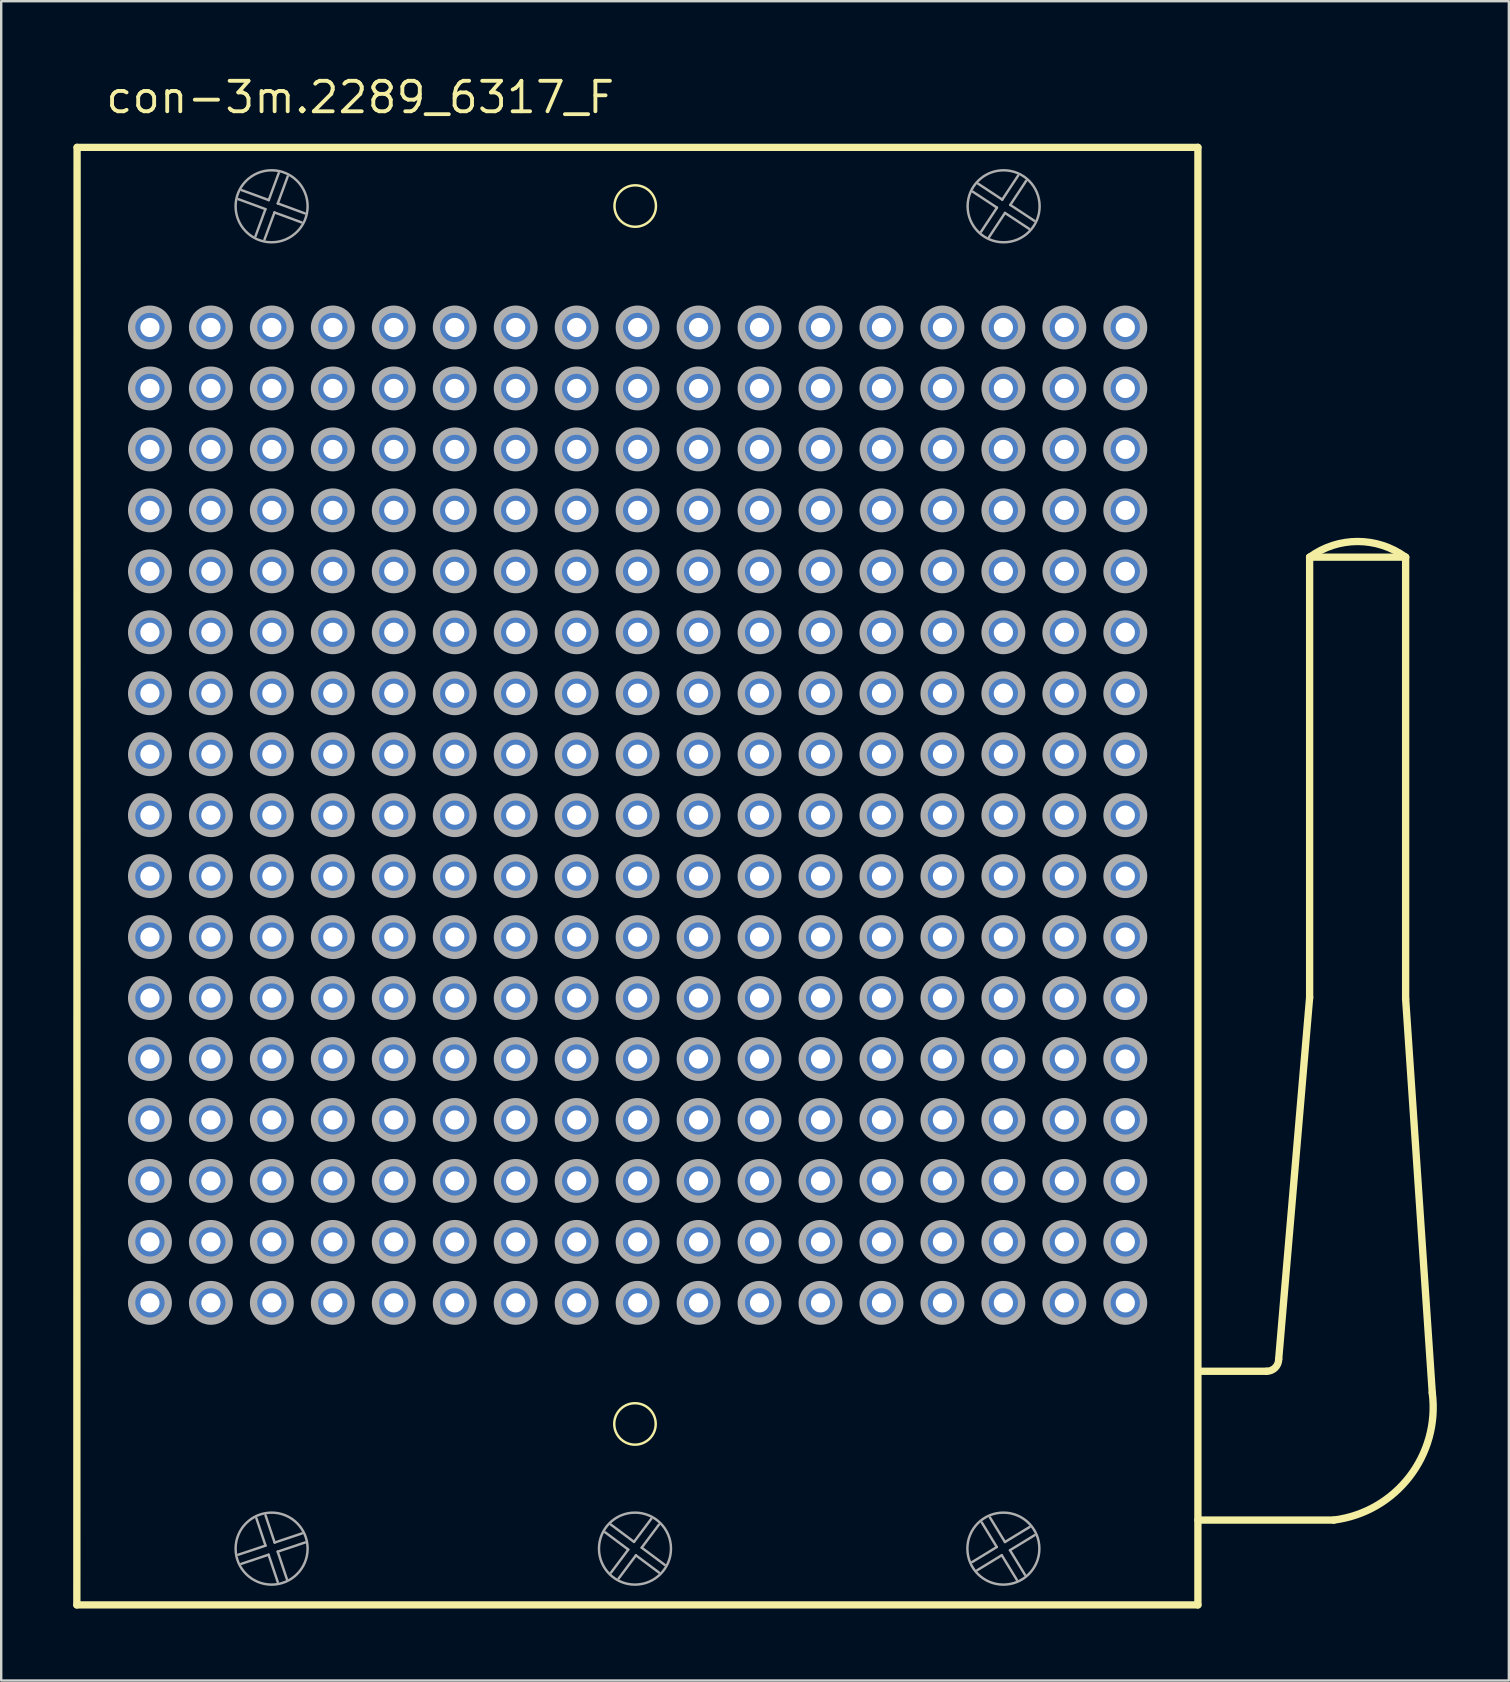
<source format=kicad_pcb>
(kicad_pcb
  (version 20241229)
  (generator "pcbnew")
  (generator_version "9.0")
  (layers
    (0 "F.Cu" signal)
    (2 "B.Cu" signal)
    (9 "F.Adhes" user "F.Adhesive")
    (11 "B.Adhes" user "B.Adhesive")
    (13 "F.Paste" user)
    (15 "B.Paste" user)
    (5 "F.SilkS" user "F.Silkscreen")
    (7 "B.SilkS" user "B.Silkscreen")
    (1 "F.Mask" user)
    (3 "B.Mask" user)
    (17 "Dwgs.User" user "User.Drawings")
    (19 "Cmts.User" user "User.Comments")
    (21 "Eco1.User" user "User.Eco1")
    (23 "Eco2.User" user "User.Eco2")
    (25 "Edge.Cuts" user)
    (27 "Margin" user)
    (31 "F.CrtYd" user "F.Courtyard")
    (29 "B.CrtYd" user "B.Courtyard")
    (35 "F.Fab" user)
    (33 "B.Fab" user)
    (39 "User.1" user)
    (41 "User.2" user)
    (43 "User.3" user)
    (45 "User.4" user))
  (footprint "con-3m.2289_6317_F"
    (layer "F.Cu")
    (at 23.517 30.915)
    (property "Reference" "con-3m.2289_6317_F" (at -22.245 -29.165 0) (layer "F.SilkS") (effects (font (size 1.27 1.27) (thickness 0.16)) (justify left bottom)))
    (attr through_hole)
    (fp_line (start -23.365 32.905) (end -23.355 -27.825) (stroke (width 0.305) (type default)) (layer "F.SilkS"))
    (fp_line (start -23.355 -27.825) (end 23.345 -27.825) (stroke (width 0.305) (type default)) (layer "F.SilkS"))
    (fp_line (start 23.345 -27.825) (end 23.345 32.905) (stroke (width 0.305) (type default)) (layer "F.SilkS"))
    (fp_line (start 23.345 32.905) (end -23.365 32.905) (stroke (width 0.305) (type default)) (layer "F.SilkS"))
    (fp_line (start 26.21 23.17) (end 23.446 23.17) (stroke (width 0.305) (type default)) (layer "F.SilkS"))
    (fp_line (start 26.71 22.67) (end 28 7.6) (stroke (width 0.305) (type default)) (layer "F.SilkS"))
    (fp_line (start 28 -10.75) (end 32 -10.75) (stroke (width 0.305) (type default)) (layer "F.SilkS"))
    (fp_line (start 28 7.6) (end 28 -10.75) (stroke (width 0.305) (type default)) (layer "F.SilkS"))
    (fp_line (start 29.01 29.37) (end 23.346 29.37) (stroke (width 0.305) (type default)) (layer "F.SilkS"))
    (fp_line (start 32 -10.75) (end 32 7.65) (stroke (width 0.305) (type default)) (layer "F.SilkS"))
    (fp_line (start 32 7.65) (end 33.11 24.07) (stroke (width 0.305) (type default)) (layer "F.SilkS"))
    (fp_arc (start 26.71 22.67) (mid 26.563553 23.023553) (end 26.21 23.17) (stroke (width 0.3048) (type default)) (layer "F.SilkS"))
    (fp_arc (start 28 -10.75) (mid 30 -11.403325) (end 32 -10.75) (stroke (width 0.3048) (type default)) (layer "F.SilkS"))
    (fp_arc (start 33.11 24.07) (mid 32.157666 27.569138) (end 29.01 29.37) (stroke (width 0.3048) (type default)) (layer "F.SilkS"))
    (fp_circle (center -0.11 25.365) (end 0.754 25.365) (stroke (width 0.102) (type default)) (fill no) (layer "F.SilkS"))
    (fp_circle (center -0.1 -25.38) (end 0.764 -25.38) (stroke (width 0.102) (type default)) (fill no) (layer "F.SilkS"))
    (fp_line (start -16.641 30.814) (end -15.503 30.434) (stroke (width 0.102) (type default)) (layer "F.Fab"))
    (fp_line (start -16.495 -26.041) (end -15.369 -25.627) (stroke (width 0.102) (type default)) (layer "F.Fab"))
    (fp_line (start -15.921 -24.125) (end -15.507 -25.251) (stroke (width 0.102) (type default)) (layer "F.Fab"))
    (fp_line (start -15.507 -25.251) (end -16.633 -25.666) (stroke (width 0.102) (type default)) (layer "F.Fab"))
    (fp_line (start -15.505 29.169) (end -15.124 30.307) (stroke (width 0.102) (type default)) (layer "F.Fab"))
    (fp_line (start -15.503 30.434) (end -15.884 29.296) (stroke (width 0.102) (type default)) (layer "F.Fab"))
    (fp_line (start -15.376 30.813) (end -16.514 31.194) (stroke (width 0.102) (type default)) (layer "F.Fab"))
    (fp_line (start -15.369 -25.627) (end -14.954 -26.753) (stroke (width 0.102) (type default)) (layer "F.Fab"))
    (fp_line (start -15.131 -25.113) (end -15.546 -23.987) (stroke (width 0.102) (type default)) (layer "F.Fab"))
    (fp_line (start -15.124 30.307) (end -13.986 29.926) (stroke (width 0.102) (type default)) (layer "F.Fab"))
    (fp_line (start -14.997 30.686) (end -14.616 31.824) (stroke (width 0.102) (type default)) (layer "F.Fab"))
    (fp_line (start -14.995 31.951) (end -15.376 30.813) (stroke (width 0.102) (type default)) (layer "F.Fab"))
    (fp_line (start -14.993 -25.489) (end -13.867 -25.074) (stroke (width 0.102) (type default)) (layer "F.Fab"))
    (fp_line (start -14.579 -26.615) (end -14.993 -25.489) (stroke (width 0.102) (type default)) (layer "F.Fab"))
    (fp_line (start -14.005 -24.699) (end -15.131 -25.113) (stroke (width 0.102) (type default)) (layer "F.Fab"))
    (fp_line (start -13.859 30.305) (end -14.997 30.686) (stroke (width 0.102) (type default)) (layer "F.Fab"))
    (fp_line (start -1.111 29.561) (end -0.15 30.28) (stroke (width 0.102) (type default)) (layer "F.Fab"))
    (fp_line (start -1.109 31.561) (end -0.39 30.6) (stroke (width 0.102) (type default)) (layer "F.Fab"))
    (fp_line (start -0.39 30.6) (end -1.351 29.881) (stroke (width 0.102) (type default)) (layer "F.Fab"))
    (fp_line (start -0.15 30.28) (end 0.569 29.319) (stroke (width 0.102) (type default)) (layer "F.Fab"))
    (fp_line (start -0.07 30.84) (end -0.788 31.801) (stroke (width 0.102) (type default)) (layer "F.Fab"))
    (fp_line (start 0.17 30.52) (end 1.131 31.238) (stroke (width 0.102) (type default)) (layer "F.Fab"))
    (fp_line (start 0.889 29.559) (end 0.17 30.52) (stroke (width 0.102) (type default)) (layer "F.Fab"))
    (fp_line (start 0.891 31.559) (end -0.07 30.84) (stroke (width 0.102) (type default)) (layer "F.Fab"))
    (fp_line (start 13.941 31.119) (end 14.965 30.493) (stroke (width 0.102) (type default)) (layer "F.Fab"))
    (fp_line (start 14.191 -26.308) (end 15.193 -25.647) (stroke (width 0.102) (type default)) (layer "F.Fab"))
    (fp_line (start 14.312 -24.311) (end 14.973 -25.313) (stroke (width 0.102) (type default)) (layer "F.Fab"))
    (fp_line (start 14.681 29.261) (end 15.306 30.285) (stroke (width 0.102) (type default)) (layer "F.Fab"))
    (fp_line (start 14.965 30.493) (end 14.34 29.469) (stroke (width 0.102) (type default)) (layer "F.Fab"))
    (fp_line (start 14.973 -25.313) (end 13.971 -25.974) (stroke (width 0.102) (type default)) (layer "F.Fab"))
    (fp_line (start 15.173 30.835) (end 14.149 31.46) (stroke (width 0.102) (type default)) (layer "F.Fab"))
    (fp_line (start 15.193 -25.647) (end 15.854 -26.649) (stroke (width 0.102) (type default)) (layer "F.Fab"))
    (fp_line (start 15.306 30.285) (end 16.331 29.66) (stroke (width 0.102) (type default)) (layer "F.Fab"))
    (fp_line (start 15.307 -25.093) (end 14.646 -24.091) (stroke (width 0.102) (type default)) (layer "F.Fab"))
    (fp_line (start 15.515 30.626) (end 16.14 31.651) (stroke (width 0.102) (type default)) (layer "F.Fab"))
    (fp_line (start 15.527 -25.427) (end 16.529 -24.766) (stroke (width 0.102) (type default)) (layer "F.Fab"))
    (fp_line (start 15.799 31.859) (end 15.173 30.835) (stroke (width 0.102) (type default)) (layer "F.Fab"))
    (fp_line (start 16.188 -26.429) (end 15.527 -25.427) (stroke (width 0.102) (type default)) (layer "F.Fab"))
    (fp_line (start 16.309 -24.432) (end 15.307 -25.093) (stroke (width 0.102) (type default)) (layer "F.Fab"))
    (fp_line (start 16.539 30.001) (end 15.515 30.626) (stroke (width 0.102) (type default)) (layer "F.Fab"))
    (fp_circle (center -20.32 -20.32) (end -19.558 -20.32) (stroke (width 0.305) (type default)) (fill no) (layer "F.Fab"))
    (fp_circle (center -20.32 -17.78) (end -19.558 -17.78) (stroke (width 0.305) (type default)) (fill no) (layer "F.Fab"))
    (fp_circle (center -20.32 -15.24) (end -19.558 -15.24) (stroke (width 0.305) (type default)) (fill no) (layer "F.Fab"))
    (fp_circle (center -20.32 -12.7) (end -19.558 -12.7) (stroke (width 0.305) (type default)) (fill no) (layer "F.Fab"))
    (fp_circle (center -20.32 -10.16) (end -19.558 -10.16) (stroke (width 0.305) (type default)) (fill no) (layer "F.Fab"))
    (fp_circle (center -20.32 -7.62) (end -19.558 -7.62) (stroke (width 0.305) (type default)) (fill no) (layer "F.Fab"))
    (fp_circle (center -20.32 -5.08) (end -19.558 -5.08) (stroke (width 0.305) (type default)) (fill no) (layer "F.Fab"))
    (fp_circle (center -20.32 -2.54) (end -19.558 -2.54) (stroke (width 0.305) (type default)) (fill no) (layer "F.Fab"))
    (fp_circle (center -20.32 0) (end -19.558 0) (stroke (width 0.305) (type default)) (fill no) (layer "F.Fab"))
    (fp_circle (center -20.32 2.54) (end -19.558 2.54) (stroke (width 0.305) (type default)) (fill no) (layer "F.Fab"))
    (fp_circle (center -20.32 5.08) (end -19.558 5.08) (stroke (width 0.305) (type default)) (fill no) (layer "F.Fab"))
    (fp_circle (center -20.32 7.62) (end -19.558 7.62) (stroke (width 0.305) (type default)) (fill no) (layer "F.Fab"))
    (fp_circle (center -20.32 10.16) (end -19.558 10.16) (stroke (width 0.305) (type default)) (fill no) (layer "F.Fab"))
    (fp_circle (center -20.32 12.7) (end -19.558 12.7) (stroke (width 0.305) (type default)) (fill no) (layer "F.Fab"))
    (fp_circle (center -20.32 15.24) (end -19.558 15.24) (stroke (width 0.305) (type default)) (fill no) (layer "F.Fab"))
    (fp_circle (center -20.32 17.78) (end -19.558 17.78) (stroke (width 0.305) (type default)) (fill no) (layer "F.Fab"))
    (fp_circle (center -20.32 20.32) (end -19.558 20.32) (stroke (width 0.305) (type default)) (fill no) (layer "F.Fab"))
    (fp_circle (center -17.78 -20.32) (end -17.018 -20.32) (stroke (width 0.305) (type default)) (fill no) (layer "F.Fab"))
    (fp_circle (center -17.78 -17.78) (end -17.018 -17.78) (stroke (width 0.305) (type default)) (fill no) (layer "F.Fab"))
    (fp_circle (center -17.78 -15.24) (end -17.018 -15.24) (stroke (width 0.305) (type default)) (fill no) (layer "F.Fab"))
    (fp_circle (center -17.78 -12.7) (end -17.018 -12.7) (stroke (width 0.305) (type default)) (fill no) (layer "F.Fab"))
    (fp_circle (center -17.78 -10.16) (end -17.018 -10.16) (stroke (width 0.305) (type default)) (fill no) (layer "F.Fab"))
    (fp_circle (center -17.78 -7.62) (end -17.018 -7.62) (stroke (width 0.305) (type default)) (fill no) (layer "F.Fab"))
    (fp_circle (center -17.78 -5.08) (end -17.018 -5.08) (stroke (width 0.305) (type default)) (fill no) (layer "F.Fab"))
    (fp_circle (center -17.78 -2.54) (end -17.018 -2.54) (stroke (width 0.305) (type default)) (fill no) (layer "F.Fab"))
    (fp_circle (center -17.78 0) (end -17.018 0) (stroke (width 0.305) (type default)) (fill no) (layer "F.Fab"))
    (fp_circle (center -17.78 2.54) (end -17.018 2.54) (stroke (width 0.305) (type default)) (fill no) (layer "F.Fab"))
    (fp_circle (center -17.78 5.08) (end -17.018 5.08) (stroke (width 0.305) (type default)) (fill no) (layer "F.Fab"))
    (fp_circle (center -17.78 7.62) (end -17.018 7.62) (stroke (width 0.305) (type default)) (fill no) (layer "F.Fab"))
    (fp_circle (center -17.78 10.16) (end -17.018 10.16) (stroke (width 0.305) (type default)) (fill no) (layer "F.Fab"))
    (fp_circle (center -17.78 12.7) (end -17.018 12.7) (stroke (width 0.305) (type default)) (fill no) (layer "F.Fab"))
    (fp_circle (center -17.78 15.24) (end -17.018 15.24) (stroke (width 0.305) (type default)) (fill no) (layer "F.Fab"))
    (fp_circle (center -17.78 17.78) (end -17.018 17.78) (stroke (width 0.305) (type default)) (fill no) (layer "F.Fab"))
    (fp_circle (center -17.78 20.32) (end -17.018 20.32) (stroke (width 0.305) (type default)) (fill no) (layer "F.Fab"))
    (fp_circle (center -15.25 -25.37) (end -13.75 -25.37) (stroke (width 0.102) (type default)) (fill no) (layer "F.Fab"))
    (fp_circle (center -15.25 30.56) (end -13.75 30.56) (stroke (width 0.102) (type default)) (fill no) (layer "F.Fab"))
    (fp_circle (center -15.24 -20.32) (end -14.478 -20.32) (stroke (width 0.305) (type default)) (fill no) (layer "F.Fab"))
    (fp_circle (center -15.24 -17.78) (end -14.478 -17.78) (stroke (width 0.305) (type default)) (fill no) (layer "F.Fab"))
    (fp_circle (center -15.24 -15.24) (end -14.478 -15.24) (stroke (width 0.305) (type default)) (fill no) (layer "F.Fab"))
    (fp_circle (center -15.24 -12.7) (end -14.478 -12.7) (stroke (width 0.305) (type default)) (fill no) (layer "F.Fab"))
    (fp_circle (center -15.24 -10.16) (end -14.478 -10.16) (stroke (width 0.305) (type default)) (fill no) (layer "F.Fab"))
    (fp_circle (center -15.24 -7.62) (end -14.478 -7.62) (stroke (width 0.305) (type default)) (fill no) (layer "F.Fab"))
    (fp_circle (center -15.24 -5.08) (end -14.478 -5.08) (stroke (width 0.305) (type default)) (fill no) (layer "F.Fab"))
    (fp_circle (center -15.24 -2.54) (end -14.478 -2.54) (stroke (width 0.305) (type default)) (fill no) (layer "F.Fab"))
    (fp_circle (center -15.24 0) (end -14.478 0) (stroke (width 0.305) (type default)) (fill no) (layer "F.Fab"))
    (fp_circle (center -15.24 2.54) (end -14.478 2.54) (stroke (width 0.305) (type default)) (fill no) (layer "F.Fab"))
    (fp_circle (center -15.24 5.08) (end -14.478 5.08) (stroke (width 0.305) (type default)) (fill no) (layer "F.Fab"))
    (fp_circle (center -15.24 7.62) (end -14.478 7.62) (stroke (width 0.305) (type default)) (fill no) (layer "F.Fab"))
    (fp_circle (center -15.24 10.16) (end -14.478 10.16) (stroke (width 0.305) (type default)) (fill no) (layer "F.Fab"))
    (fp_circle (center -15.24 12.7) (end -14.478 12.7) (stroke (width 0.305) (type default)) (fill no) (layer "F.Fab"))
    (fp_circle (center -15.24 15.24) (end -14.478 15.24) (stroke (width 0.305) (type default)) (fill no) (layer "F.Fab"))
    (fp_circle (center -15.24 17.78) (end -14.478 17.78) (stroke (width 0.305) (type default)) (fill no) (layer "F.Fab"))
    (fp_circle (center -15.24 20.32) (end -14.478 20.32) (stroke (width 0.305) (type default)) (fill no) (layer "F.Fab"))
    (fp_circle (center -12.7 -20.32) (end -11.938 -20.32) (stroke (width 0.305) (type default)) (fill no) (layer "F.Fab"))
    (fp_circle (center -12.7 -17.78) (end -11.938 -17.78) (stroke (width 0.305) (type default)) (fill no) (layer "F.Fab"))
    (fp_circle (center -12.7 -15.24) (end -11.938 -15.24) (stroke (width 0.305) (type default)) (fill no) (layer "F.Fab"))
    (fp_circle (center -12.7 -12.7) (end -11.938 -12.7) (stroke (width 0.305) (type default)) (fill no) (layer "F.Fab"))
    (fp_circle (center -12.7 -10.16) (end -11.938 -10.16) (stroke (width 0.305) (type default)) (fill no) (layer "F.Fab"))
    (fp_circle (center -12.7 -7.62) (end -11.938 -7.62) (stroke (width 0.305) (type default)) (fill no) (layer "F.Fab"))
    (fp_circle (center -12.7 -5.08) (end -11.938 -5.08) (stroke (width 0.305) (type default)) (fill no) (layer "F.Fab"))
    (fp_circle (center -12.7 -2.54) (end -11.938 -2.54) (stroke (width 0.305) (type default)) (fill no) (layer "F.Fab"))
    (fp_circle (center -12.7 0) (end -11.938 0) (stroke (width 0.305) (type default)) (fill no) (layer "F.Fab"))
    (fp_circle (center -12.7 2.54) (end -11.938 2.54) (stroke (width 0.305) (type default)) (fill no) (layer "F.Fab"))
    (fp_circle (center -12.7 5.08) (end -11.938 5.08) (stroke (width 0.305) (type default)) (fill no) (layer "F.Fab"))
    (fp_circle (center -12.7 7.62) (end -11.938 7.62) (stroke (width 0.305) (type default)) (fill no) (layer "F.Fab"))
    (fp_circle (center -12.7 10.16) (end -11.938 10.16) (stroke (width 0.305) (type default)) (fill no) (layer "F.Fab"))
    (fp_circle (center -12.7 12.7) (end -11.938 12.7) (stroke (width 0.305) (type default)) (fill no) (layer "F.Fab"))
    (fp_circle (center -12.7 15.24) (end -11.938 15.24) (stroke (width 0.305) (type default)) (fill no) (layer "F.Fab"))
    (fp_circle (center -12.7 17.78) (end -11.938 17.78) (stroke (width 0.305) (type default)) (fill no) (layer "F.Fab"))
    (fp_circle (center -12.7 20.32) (end -11.938 20.32) (stroke (width 0.305) (type default)) (fill no) (layer "F.Fab"))
    (fp_circle (center -10.16 -20.32) (end -9.398 -20.32) (stroke (width 0.305) (type default)) (fill no) (layer "F.Fab"))
    (fp_circle (center -10.16 -17.78) (end -9.398 -17.78) (stroke (width 0.305) (type default)) (fill no) (layer "F.Fab"))
    (fp_circle (center -10.16 -15.24) (end -9.398 -15.24) (stroke (width 0.305) (type default)) (fill no) (layer "F.Fab"))
    (fp_circle (center -10.16 -12.7) (end -9.398 -12.7) (stroke (width 0.305) (type default)) (fill no) (layer "F.Fab"))
    (fp_circle (center -10.16 -10.16) (end -9.398 -10.16) (stroke (width 0.305) (type default)) (fill no) (layer "F.Fab"))
    (fp_circle (center -10.16 -7.62) (end -9.398 -7.62) (stroke (width 0.305) (type default)) (fill no) (layer "F.Fab"))
    (fp_circle (center -10.16 -5.08) (end -9.398 -5.08) (stroke (width 0.305) (type default)) (fill no) (layer "F.Fab"))
    (fp_circle (center -10.16 -2.54) (end -9.398 -2.54) (stroke (width 0.305) (type default)) (fill no) (layer "F.Fab"))
    (fp_circle (center -10.16 0) (end -9.398 0) (stroke (width 0.305) (type default)) (fill no) (layer "F.Fab"))
    (fp_circle (center -10.16 2.54) (end -9.398 2.54) (stroke (width 0.305) (type default)) (fill no) (layer "F.Fab"))
    (fp_circle (center -10.16 5.08) (end -9.398 5.08) (stroke (width 0.305) (type default)) (fill no) (layer "F.Fab"))
    (fp_circle (center -10.16 7.62) (end -9.398 7.62) (stroke (width 0.305) (type default)) (fill no) (layer "F.Fab"))
    (fp_circle (center -10.16 10.16) (end -9.398 10.16) (stroke (width 0.305) (type default)) (fill no) (layer "F.Fab"))
    (fp_circle (center -10.16 12.7) (end -9.398 12.7) (stroke (width 0.305) (type default)) (fill no) (layer "F.Fab"))
    (fp_circle (center -10.16 15.24) (end -9.398 15.24) (stroke (width 0.305) (type default)) (fill no) (layer "F.Fab"))
    (fp_circle (center -10.16 17.78) (end -9.398 17.78) (stroke (width 0.305) (type default)) (fill no) (layer "F.Fab"))
    (fp_circle (center -10.16 20.32) (end -9.398 20.32) (stroke (width 0.305) (type default)) (fill no) (layer "F.Fab"))
    (fp_circle (center -7.62 -20.32) (end -6.858 -20.32) (stroke (width 0.305) (type default)) (fill no) (layer "F.Fab"))
    (fp_circle (center -7.62 -17.78) (end -6.858 -17.78) (stroke (width 0.305) (type default)) (fill no) (layer "F.Fab"))
    (fp_circle (center -7.62 -15.24) (end -6.858 -15.24) (stroke (width 0.305) (type default)) (fill no) (layer "F.Fab"))
    (fp_circle (center -7.62 -12.7) (end -6.858 -12.7) (stroke (width 0.305) (type default)) (fill no) (layer "F.Fab"))
    (fp_circle (center -7.62 -10.16) (end -6.858 -10.16) (stroke (width 0.305) (type default)) (fill no) (layer "F.Fab"))
    (fp_circle (center -7.62 -7.62) (end -6.858 -7.62) (stroke (width 0.305) (type default)) (fill no) (layer "F.Fab"))
    (fp_circle (center -7.62 -5.08) (end -6.858 -5.08) (stroke (width 0.305) (type default)) (fill no) (layer "F.Fab"))
    (fp_circle (center -7.62 -2.54) (end -6.858 -2.54) (stroke (width 0.305) (type default)) (fill no) (layer "F.Fab"))
    (fp_circle (center -7.62 0) (end -6.858 0) (stroke (width 0.305) (type default)) (fill no) (layer "F.Fab"))
    (fp_circle (center -7.62 2.54) (end -6.858 2.54) (stroke (width 0.305) (type default)) (fill no) (layer "F.Fab"))
    (fp_circle (center -7.62 5.08) (end -6.858 5.08) (stroke (width 0.305) (type default)) (fill no) (layer "F.Fab"))
    (fp_circle (center -7.62 7.62) (end -6.858 7.62) (stroke (width 0.305) (type default)) (fill no) (layer "F.Fab"))
    (fp_circle (center -7.62 10.16) (end -6.858 10.16) (stroke (width 0.305) (type default)) (fill no) (layer "F.Fab"))
    (fp_circle (center -7.62 12.7) (end -6.858 12.7) (stroke (width 0.305) (type default)) (fill no) (layer "F.Fab"))
    (fp_circle (center -7.62 15.24) (end -6.858 15.24) (stroke (width 0.305) (type default)) (fill no) (layer "F.Fab"))
    (fp_circle (center -7.62 17.78) (end -6.858 17.78) (stroke (width 0.305) (type default)) (fill no) (layer "F.Fab"))
    (fp_circle (center -7.62 20.32) (end -6.858 20.32) (stroke (width 0.305) (type default)) (fill no) (layer "F.Fab"))
    (fp_circle (center -5.08 -20.32) (end -4.318 -20.32) (stroke (width 0.305) (type default)) (fill no) (layer "F.Fab"))
    (fp_circle (center -5.08 -17.78) (end -4.318 -17.78) (stroke (width 0.305) (type default)) (fill no) (layer "F.Fab"))
    (fp_circle (center -5.08 -15.24) (end -4.318 -15.24) (stroke (width 0.305) (type default)) (fill no) (layer "F.Fab"))
    (fp_circle (center -5.08 -12.7) (end -4.318 -12.7) (stroke (width 0.305) (type default)) (fill no) (layer "F.Fab"))
    (fp_circle (center -5.08 -10.16) (end -4.318 -10.16) (stroke (width 0.305) (type default)) (fill no) (layer "F.Fab"))
    (fp_circle (center -5.08 -7.62) (end -4.318 -7.62) (stroke (width 0.305) (type default)) (fill no) (layer "F.Fab"))
    (fp_circle (center -5.08 -5.08) (end -4.318 -5.08) (stroke (width 0.305) (type default)) (fill no) (layer "F.Fab"))
    (fp_circle (center -5.08 -2.54) (end -4.318 -2.54) (stroke (width 0.305) (type default)) (fill no) (layer "F.Fab"))
    (fp_circle (center -5.08 0) (end -4.318 0) (stroke (width 0.305) (type default)) (fill no) (layer "F.Fab"))
    (fp_circle (center -5.08 2.54) (end -4.318 2.54) (stroke (width 0.305) (type default)) (fill no) (layer "F.Fab"))
    (fp_circle (center -5.08 5.08) (end -4.318 5.08) (stroke (width 0.305) (type default)) (fill no) (layer "F.Fab"))
    (fp_circle (center -5.08 7.62) (end -4.318 7.62) (stroke (width 0.305) (type default)) (fill no) (layer "F.Fab"))
    (fp_circle (center -5.08 10.16) (end -4.318 10.16) (stroke (width 0.305) (type default)) (fill no) (layer "F.Fab"))
    (fp_circle (center -5.08 12.7) (end -4.318 12.7) (stroke (width 0.305) (type default)) (fill no) (layer "F.Fab"))
    (fp_circle (center -5.08 15.24) (end -4.318 15.24) (stroke (width 0.305) (type default)) (fill no) (layer "F.Fab"))
    (fp_circle (center -5.08 17.78) (end -4.318 17.78) (stroke (width 0.305) (type default)) (fill no) (layer "F.Fab"))
    (fp_circle (center -5.08 20.32) (end -4.318 20.32) (stroke (width 0.305) (type default)) (fill no) (layer "F.Fab"))
    (fp_circle (center -2.54 -20.32) (end -1.778 -20.32) (stroke (width 0.305) (type default)) (fill no) (layer "F.Fab"))
    (fp_circle (center -2.54 -17.78) (end -1.778 -17.78) (stroke (width 0.305) (type default)) (fill no) (layer "F.Fab"))
    (fp_circle (center -2.54 -15.24) (end -1.778 -15.24) (stroke (width 0.305) (type default)) (fill no) (layer "F.Fab"))
    (fp_circle (center -2.54 -12.7) (end -1.778 -12.7) (stroke (width 0.305) (type default)) (fill no) (layer "F.Fab"))
    (fp_circle (center -2.54 -10.16) (end -1.778 -10.16) (stroke (width 0.305) (type default)) (fill no) (layer "F.Fab"))
    (fp_circle (center -2.54 -7.62) (end -1.778 -7.62) (stroke (width 0.305) (type default)) (fill no) (layer "F.Fab"))
    (fp_circle (center -2.54 -5.08) (end -1.778 -5.08) (stroke (width 0.305) (type default)) (fill no) (layer "F.Fab"))
    (fp_circle (center -2.54 -2.54) (end -1.778 -2.54) (stroke (width 0.305) (type default)) (fill no) (layer "F.Fab"))
    (fp_circle (center -2.54 0) (end -1.778 0) (stroke (width 0.305) (type default)) (fill no) (layer "F.Fab"))
    (fp_circle (center -2.54 2.54) (end -1.778 2.54) (stroke (width 0.305) (type default)) (fill no) (layer "F.Fab"))
    (fp_circle (center -2.54 5.08) (end -1.778 5.08) (stroke (width 0.305) (type default)) (fill no) (layer "F.Fab"))
    (fp_circle (center -2.54 7.62) (end -1.778 7.62) (stroke (width 0.305) (type default)) (fill no) (layer "F.Fab"))
    (fp_circle (center -2.54 10.16) (end -1.778 10.16) (stroke (width 0.305) (type default)) (fill no) (layer "F.Fab"))
    (fp_circle (center -2.54 12.7) (end -1.778 12.7) (stroke (width 0.305) (type default)) (fill no) (layer "F.Fab"))
    (fp_circle (center -2.54 15.24) (end -1.778 15.24) (stroke (width 0.305) (type default)) (fill no) (layer "F.Fab"))
    (fp_circle (center -2.54 17.78) (end -1.778 17.78) (stroke (width 0.305) (type default)) (fill no) (layer "F.Fab"))
    (fp_circle (center -2.54 20.32) (end -1.778 20.32) (stroke (width 0.305) (type default)) (fill no) (layer "F.Fab"))
    (fp_circle (center -0.11 30.56) (end 1.39 30.56) (stroke (width 0.102) (type default)) (fill no) (layer "F.Fab"))
    (fp_circle (center 0 -20.32) (end 0.762 -20.32) (stroke (width 0.305) (type default)) (fill no) (layer "F.Fab"))
    (fp_circle (center 0 -17.78) (end 0.762 -17.78) (stroke (width 0.305) (type default)) (fill no) (layer "F.Fab"))
    (fp_circle (center 0 -15.24) (end 0.762 -15.24) (stroke (width 0.305) (type default)) (fill no) (layer "F.Fab"))
    (fp_circle (center 0 -12.7) (end 0.762 -12.7) (stroke (width 0.305) (type default)) (fill no) (layer "F.Fab"))
    (fp_circle (center 0 -10.16) (end 0.762 -10.16) (stroke (width 0.305) (type default)) (fill no) (layer "F.Fab"))
    (fp_circle (center 0 -7.62) (end 0.762 -7.62) (stroke (width 0.305) (type default)) (fill no) (layer "F.Fab"))
    (fp_circle (center 0 -5.08) (end 0.762 -5.08) (stroke (width 0.305) (type default)) (fill no) (layer "F.Fab"))
    (fp_circle (center 0 -2.54) (end 0.762 -2.54) (stroke (width 0.305) (type default)) (fill no) (layer "F.Fab"))
    (fp_circle (center 0 0) (end 0.762 0) (stroke (width 0.305) (type default)) (fill no) (layer "F.Fab"))
    (fp_circle (center 0 2.54) (end 0.762 2.54) (stroke (width 0.305) (type default)) (fill no) (layer "F.Fab"))
    (fp_circle (center 0 5.08) (end 0.762 5.08) (stroke (width 0.305) (type default)) (fill no) (layer "F.Fab"))
    (fp_circle (center 0 7.62) (end 0.762 7.62) (stroke (width 0.305) (type default)) (fill no) (layer "F.Fab"))
    (fp_circle (center 0 10.16) (end 0.762 10.16) (stroke (width 0.305) (type default)) (fill no) (layer "F.Fab"))
    (fp_circle (center 0 12.7) (end 0.762 12.7) (stroke (width 0.305) (type default)) (fill no) (layer "F.Fab"))
    (fp_circle (center 0 15.24) (end 0.762 15.24) (stroke (width 0.305) (type default)) (fill no) (layer "F.Fab"))
    (fp_circle (center 0 17.78) (end 0.762 17.78) (stroke (width 0.305) (type default)) (fill no) (layer "F.Fab"))
    (fp_circle (center 0 20.32) (end 0.762 20.32) (stroke (width 0.305) (type default)) (fill no) (layer "F.Fab"))
    (fp_circle (center 2.54 -20.32) (end 3.302 -20.32) (stroke (width 0.305) (type default)) (fill no) (layer "F.Fab"))
    (fp_circle (center 2.54 -17.78) (end 3.302 -17.78) (stroke (width 0.305) (type default)) (fill no) (layer "F.Fab"))
    (fp_circle (center 2.54 -15.24) (end 3.302 -15.24) (stroke (width 0.305) (type default)) (fill no) (layer "F.Fab"))
    (fp_circle (center 2.54 -12.7) (end 3.302 -12.7) (stroke (width 0.305) (type default)) (fill no) (layer "F.Fab"))
    (fp_circle (center 2.54 -10.16) (end 3.302 -10.16) (stroke (width 0.305) (type default)) (fill no) (layer "F.Fab"))
    (fp_circle (center 2.54 -7.62) (end 3.302 -7.62) (stroke (width 0.305) (type default)) (fill no) (layer "F.Fab"))
    (fp_circle (center 2.54 -5.08) (end 3.302 -5.08) (stroke (width 0.305) (type default)) (fill no) (layer "F.Fab"))
    (fp_circle (center 2.54 -2.54) (end 3.302 -2.54) (stroke (width 0.305) (type default)) (fill no) (layer "F.Fab"))
    (fp_circle (center 2.54 0) (end 3.302 0) (stroke (width 0.305) (type default)) (fill no) (layer "F.Fab"))
    (fp_circle (center 2.54 2.54) (end 3.302 2.54) (stroke (width 0.305) (type default)) (fill no) (layer "F.Fab"))
    (fp_circle (center 2.54 5.08) (end 3.302 5.08) (stroke (width 0.305) (type default)) (fill no) (layer "F.Fab"))
    (fp_circle (center 2.54 7.62) (end 3.302 7.62) (stroke (width 0.305) (type default)) (fill no) (layer "F.Fab"))
    (fp_circle (center 2.54 10.16) (end 3.302 10.16) (stroke (width 0.305) (type default)) (fill no) (layer "F.Fab"))
    (fp_circle (center 2.54 12.7) (end 3.302 12.7) (stroke (width 0.305) (type default)) (fill no) (layer "F.Fab"))
    (fp_circle (center 2.54 15.24) (end 3.302 15.24) (stroke (width 0.305) (type default)) (fill no) (layer "F.Fab"))
    (fp_circle (center 2.54 17.78) (end 3.302 17.78) (stroke (width 0.305) (type default)) (fill no) (layer "F.Fab"))
    (fp_circle (center 2.54 20.32) (end 3.302 20.32) (stroke (width 0.305) (type default)) (fill no) (layer "F.Fab"))
    (fp_circle (center 5.08 -20.32) (end 5.842 -20.32) (stroke (width 0.305) (type default)) (fill no) (layer "F.Fab"))
    (fp_circle (center 5.08 -17.78) (end 5.842 -17.78) (stroke (width 0.305) (type default)) (fill no) (layer "F.Fab"))
    (fp_circle (center 5.08 -15.24) (end 5.842 -15.24) (stroke (width 0.305) (type default)) (fill no) (layer "F.Fab"))
    (fp_circle (center 5.08 -12.7) (end 5.842 -12.7) (stroke (width 0.305) (type default)) (fill no) (layer "F.Fab"))
    (fp_circle (center 5.08 -10.16) (end 5.842 -10.16) (stroke (width 0.305) (type default)) (fill no) (layer "F.Fab"))
    (fp_circle (center 5.08 -7.62) (end 5.842 -7.62) (stroke (width 0.305) (type default)) (fill no) (layer "F.Fab"))
    (fp_circle (center 5.08 -5.08) (end 5.842 -5.08) (stroke (width 0.305) (type default)) (fill no) (layer "F.Fab"))
    (fp_circle (center 5.08 -2.54) (end 5.842 -2.54) (stroke (width 0.305) (type default)) (fill no) (layer "F.Fab"))
    (fp_circle (center 5.08 0) (end 5.842 0) (stroke (width 0.305) (type default)) (fill no) (layer "F.Fab"))
    (fp_circle (center 5.08 2.54) (end 5.842 2.54) (stroke (width 0.305) (type default)) (fill no) (layer "F.Fab"))
    (fp_circle (center 5.08 5.08) (end 5.842 5.08) (stroke (width 0.305) (type default)) (fill no) (layer "F.Fab"))
    (fp_circle (center 5.08 7.62) (end 5.842 7.62) (stroke (width 0.305) (type default)) (fill no) (layer "F.Fab"))
    (fp_circle (center 5.08 10.16) (end 5.842 10.16) (stroke (width 0.305) (type default)) (fill no) (layer "F.Fab"))
    (fp_circle (center 5.08 12.7) (end 5.842 12.7) (stroke (width 0.305) (type default)) (fill no) (layer "F.Fab"))
    (fp_circle (center 5.08 15.24) (end 5.842 15.24) (stroke (width 0.305) (type default)) (fill no) (layer "F.Fab"))
    (fp_circle (center 5.08 17.78) (end 5.842 17.78) (stroke (width 0.305) (type default)) (fill no) (layer "F.Fab"))
    (fp_circle (center 5.08 20.32) (end 5.842 20.32) (stroke (width 0.305) (type default)) (fill no) (layer "F.Fab"))
    (fp_circle (center 7.62 -20.32) (end 8.382 -20.32) (stroke (width 0.305) (type default)) (fill no) (layer "F.Fab"))
    (fp_circle (center 7.62 -17.78) (end 8.382 -17.78) (stroke (width 0.305) (type default)) (fill no) (layer "F.Fab"))
    (fp_circle (center 7.62 -15.24) (end 8.382 -15.24) (stroke (width 0.305) (type default)) (fill no) (layer "F.Fab"))
    (fp_circle (center 7.62 -12.7) (end 8.382 -12.7) (stroke (width 0.305) (type default)) (fill no) (layer "F.Fab"))
    (fp_circle (center 7.62 -10.16) (end 8.382 -10.16) (stroke (width 0.305) (type default)) (fill no) (layer "F.Fab"))
    (fp_circle (center 7.62 -7.62) (end 8.382 -7.62) (stroke (width 0.305) (type default)) (fill no) (layer "F.Fab"))
    (fp_circle (center 7.62 -5.08) (end 8.382 -5.08) (stroke (width 0.305) (type default)) (fill no) (layer "F.Fab"))
    (fp_circle (center 7.62 -2.54) (end 8.382 -2.54) (stroke (width 0.305) (type default)) (fill no) (layer "F.Fab"))
    (fp_circle (center 7.62 0) (end 8.382 0) (stroke (width 0.305) (type default)) (fill no) (layer "F.Fab"))
    (fp_circle (center 7.62 2.54) (end 8.382 2.54) (stroke (width 0.305) (type default)) (fill no) (layer "F.Fab"))
    (fp_circle (center 7.62 5.08) (end 8.382 5.08) (stroke (width 0.305) (type default)) (fill no) (layer "F.Fab"))
    (fp_circle (center 7.62 7.62) (end 8.382 7.62) (stroke (width 0.305) (type default)) (fill no) (layer "F.Fab"))
    (fp_circle (center 7.62 10.16) (end 8.382 10.16) (stroke (width 0.305) (type default)) (fill no) (layer "F.Fab"))
    (fp_circle (center 7.62 12.7) (end 8.382 12.7) (stroke (width 0.305) (type default)) (fill no) (layer "F.Fab"))
    (fp_circle (center 7.62 15.24) (end 8.382 15.24) (stroke (width 0.305) (type default)) (fill no) (layer "F.Fab"))
    (fp_circle (center 7.62 17.78) (end 8.382 17.78) (stroke (width 0.305) (type default)) (fill no) (layer "F.Fab"))
    (fp_circle (center 7.62 20.32) (end 8.382 20.32) (stroke (width 0.305) (type default)) (fill no) (layer "F.Fab"))
    (fp_circle (center 10.16 -20.32) (end 10.922 -20.32) (stroke (width 0.305) (type default)) (fill no) (layer "F.Fab"))
    (fp_circle (center 10.16 -17.78) (end 10.922 -17.78) (stroke (width 0.305) (type default)) (fill no) (layer "F.Fab"))
    (fp_circle (center 10.16 -15.24) (end 10.922 -15.24) (stroke (width 0.305) (type default)) (fill no) (layer "F.Fab"))
    (fp_circle (center 10.16 -12.7) (end 10.922 -12.7) (stroke (width 0.305) (type default)) (fill no) (layer "F.Fab"))
    (fp_circle (center 10.16 -10.16) (end 10.922 -10.16) (stroke (width 0.305) (type default)) (fill no) (layer "F.Fab"))
    (fp_circle (center 10.16 -7.62) (end 10.922 -7.62) (stroke (width 0.305) (type default)) (fill no) (layer "F.Fab"))
    (fp_circle (center 10.16 -5.08) (end 10.922 -5.08) (stroke (width 0.305) (type default)) (fill no) (layer "F.Fab"))
    (fp_circle (center 10.16 -2.54) (end 10.922 -2.54) (stroke (width 0.305) (type default)) (fill no) (layer "F.Fab"))
    (fp_circle (center 10.16 0) (end 10.922 0) (stroke (width 0.305) (type default)) (fill no) (layer "F.Fab"))
    (fp_circle (center 10.16 2.54) (end 10.922 2.54) (stroke (width 0.305) (type default)) (fill no) (layer "F.Fab"))
    (fp_circle (center 10.16 5.08) (end 10.922 5.08) (stroke (width 0.305) (type default)) (fill no) (layer "F.Fab"))
    (fp_circle (center 10.16 7.62) (end 10.922 7.62) (stroke (width 0.305) (type default)) (fill no) (layer "F.Fab"))
    (fp_circle (center 10.16 10.16) (end 10.922 10.16) (stroke (width 0.305) (type default)) (fill no) (layer "F.Fab"))
    (fp_circle (center 10.16 12.7) (end 10.922 12.7) (stroke (width 0.305) (type default)) (fill no) (layer "F.Fab"))
    (fp_circle (center 10.16 15.24) (end 10.922 15.24) (stroke (width 0.305) (type default)) (fill no) (layer "F.Fab"))
    (fp_circle (center 10.16 17.78) (end 10.922 17.78) (stroke (width 0.305) (type default)) (fill no) (layer "F.Fab"))
    (fp_circle (center 10.16 20.32) (end 10.922 20.32) (stroke (width 0.305) (type default)) (fill no) (layer "F.Fab"))
    (fp_circle (center 12.7 -20.32) (end 13.462 -20.32) (stroke (width 0.305) (type default)) (fill no) (layer "F.Fab"))
    (fp_circle (center 12.7 -17.78) (end 13.462 -17.78) (stroke (width 0.305) (type default)) (fill no) (layer "F.Fab"))
    (fp_circle (center 12.7 -15.24) (end 13.462 -15.24) (stroke (width 0.305) (type default)) (fill no) (layer "F.Fab"))
    (fp_circle (center 12.7 -12.7) (end 13.462 -12.7) (stroke (width 0.305) (type default)) (fill no) (layer "F.Fab"))
    (fp_circle (center 12.7 -10.16) (end 13.462 -10.16) (stroke (width 0.305) (type default)) (fill no) (layer "F.Fab"))
    (fp_circle (center 12.7 -7.62) (end 13.462 -7.62) (stroke (width 0.305) (type default)) (fill no) (layer "F.Fab"))
    (fp_circle (center 12.7 -5.08) (end 13.462 -5.08) (stroke (width 0.305) (type default)) (fill no) (layer "F.Fab"))
    (fp_circle (center 12.7 -2.54) (end 13.462 -2.54) (stroke (width 0.305) (type default)) (fill no) (layer "F.Fab"))
    (fp_circle (center 12.7 0) (end 13.462 0) (stroke (width 0.305) (type default)) (fill no) (layer "F.Fab"))
    (fp_circle (center 12.7 2.54) (end 13.462 2.54) (stroke (width 0.305) (type default)) (fill no) (layer "F.Fab"))
    (fp_circle (center 12.7 5.08) (end 13.462 5.08) (stroke (width 0.305) (type default)) (fill no) (layer "F.Fab"))
    (fp_circle (center 12.7 7.62) (end 13.462 7.62) (stroke (width 0.305) (type default)) (fill no) (layer "F.Fab"))
    (fp_circle (center 12.7 10.16) (end 13.462 10.16) (stroke (width 0.305) (type default)) (fill no) (layer "F.Fab"))
    (fp_circle (center 12.7 12.7) (end 13.462 12.7) (stroke (width 0.305) (type default)) (fill no) (layer "F.Fab"))
    (fp_circle (center 12.7 15.24) (end 13.462 15.24) (stroke (width 0.305) (type default)) (fill no) (layer "F.Fab"))
    (fp_circle (center 12.7 17.78) (end 13.462 17.78) (stroke (width 0.305) (type default)) (fill no) (layer "F.Fab"))
    (fp_circle (center 12.7 20.32) (end 13.462 20.32) (stroke (width 0.305) (type default)) (fill no) (layer "F.Fab"))
    (fp_circle (center 15.24 -20.32) (end 16.002 -20.32) (stroke (width 0.305) (type default)) (fill no) (layer "F.Fab"))
    (fp_circle (center 15.24 -17.78) (end 16.002 -17.78) (stroke (width 0.305) (type default)) (fill no) (layer "F.Fab"))
    (fp_circle (center 15.24 -15.24) (end 16.002 -15.24) (stroke (width 0.305) (type default)) (fill no) (layer "F.Fab"))
    (fp_circle (center 15.24 -12.7) (end 16.002 -12.7) (stroke (width 0.305) (type default)) (fill no) (layer "F.Fab"))
    (fp_circle (center 15.24 -10.16) (end 16.002 -10.16) (stroke (width 0.305) (type default)) (fill no) (layer "F.Fab"))
    (fp_circle (center 15.24 -7.62) (end 16.002 -7.62) (stroke (width 0.305) (type default)) (fill no) (layer "F.Fab"))
    (fp_circle (center 15.24 -5.08) (end 16.002 -5.08) (stroke (width 0.305) (type default)) (fill no) (layer "F.Fab"))
    (fp_circle (center 15.24 -2.54) (end 16.002 -2.54) (stroke (width 0.305) (type default)) (fill no) (layer "F.Fab"))
    (fp_circle (center 15.24 0) (end 16.002 0) (stroke (width 0.305) (type default)) (fill no) (layer "F.Fab"))
    (fp_circle (center 15.24 2.54) (end 16.002 2.54) (stroke (width 0.305) (type default)) (fill no) (layer "F.Fab"))
    (fp_circle (center 15.24 5.08) (end 16.002 5.08) (stroke (width 0.305) (type default)) (fill no) (layer "F.Fab"))
    (fp_circle (center 15.24 7.62) (end 16.002 7.62) (stroke (width 0.305) (type default)) (fill no) (layer "F.Fab"))
    (fp_circle (center 15.24 10.16) (end 16.002 10.16) (stroke (width 0.305) (type default)) (fill no) (layer "F.Fab"))
    (fp_circle (center 15.24 12.7) (end 16.002 12.7) (stroke (width 0.305) (type default)) (fill no) (layer "F.Fab"))
    (fp_circle (center 15.24 15.24) (end 16.002 15.24) (stroke (width 0.305) (type default)) (fill no) (layer "F.Fab"))
    (fp_circle (center 15.24 17.78) (end 16.002 17.78) (stroke (width 0.305) (type default)) (fill no) (layer "F.Fab"))
    (fp_circle (center 15.24 20.32) (end 16.002 20.32) (stroke (width 0.305) (type default)) (fill no) (layer "F.Fab"))
    (fp_circle (center 15.24 30.56) (end 16.74 30.56) (stroke (width 0.102) (type default)) (fill no) (layer "F.Fab"))
    (fp_circle (center 15.25 -25.37) (end 16.75 -25.37) (stroke (width 0.102) (type default)) (fill no) (layer "F.Fab"))
    (fp_circle (center 17.78 -20.32) (end 18.542 -20.32) (stroke (width 0.305) (type default)) (fill no) (layer "F.Fab"))
    (fp_circle (center 17.78 -17.78) (end 18.542 -17.78) (stroke (width 0.305) (type default)) (fill no) (layer "F.Fab"))
    (fp_circle (center 17.78 -15.24) (end 18.542 -15.24) (stroke (width 0.305) (type default)) (fill no) (layer "F.Fab"))
    (fp_circle (center 17.78 -12.7) (end 18.542 -12.7) (stroke (width 0.305) (type default)) (fill no) (layer "F.Fab"))
    (fp_circle (center 17.78 -10.16) (end 18.542 -10.16) (stroke (width 0.305) (type default)) (fill no) (layer "F.Fab"))
    (fp_circle (center 17.78 -7.62) (end 18.542 -7.62) (stroke (width 0.305) (type default)) (fill no) (layer "F.Fab"))
    (fp_circle (center 17.78 -5.08) (end 18.542 -5.08) (stroke (width 0.305) (type default)) (fill no) (layer "F.Fab"))
    (fp_circle (center 17.78 -2.54) (end 18.542 -2.54) (stroke (width 0.305) (type default)) (fill no) (layer "F.Fab"))
    (fp_circle (center 17.78 0) (end 18.542 0) (stroke (width 0.305) (type default)) (fill no) (layer "F.Fab"))
    (fp_circle (center 17.78 2.54) (end 18.542 2.54) (stroke (width 0.305) (type default)) (fill no) (layer "F.Fab"))
    (fp_circle (center 17.78 5.08) (end 18.542 5.08) (stroke (width 0.305) (type default)) (fill no) (layer "F.Fab"))
    (fp_circle (center 17.78 7.62) (end 18.542 7.62) (stroke (width 0.305) (type default)) (fill no) (layer "F.Fab"))
    (fp_circle (center 17.78 10.16) (end 18.542 10.16) (stroke (width 0.305) (type default)) (fill no) (layer "F.Fab"))
    (fp_circle (center 17.78 12.7) (end 18.542 12.7) (stroke (width 0.305) (type default)) (fill no) (layer "F.Fab"))
    (fp_circle (center 17.78 15.24) (end 18.542 15.24) (stroke (width 0.305) (type default)) (fill no) (layer "F.Fab"))
    (fp_circle (center 17.78 17.78) (end 18.542 17.78) (stroke (width 0.305) (type default)) (fill no) (layer "F.Fab"))
    (fp_circle (center 17.78 20.32) (end 18.542 20.32) (stroke (width 0.305) (type default)) (fill no) (layer "F.Fab"))
    (fp_circle (center 20.32 -20.32) (end 21.082 -20.32) (stroke (width 0.305) (type default)) (fill no) (layer "F.Fab"))
    (fp_circle (center 20.32 -17.78) (end 21.082 -17.78) (stroke (width 0.305) (type default)) (fill no) (layer "F.Fab"))
    (fp_circle (center 20.32 -15.24) (end 21.082 -15.24) (stroke (width 0.305) (type default)) (fill no) (layer "F.Fab"))
    (fp_circle (center 20.32 -12.7) (end 21.082 -12.7) (stroke (width 0.305) (type default)) (fill no) (layer "F.Fab"))
    (fp_circle (center 20.32 -10.16) (end 21.082 -10.16) (stroke (width 0.305) (type default)) (fill no) (layer "F.Fab"))
    (fp_circle (center 20.32 -7.62) (end 21.082 -7.62) (stroke (width 0.305) (type default)) (fill no) (layer "F.Fab"))
    (fp_circle (center 20.32 -5.08) (end 21.082 -5.08) (stroke (width 0.305) (type default)) (fill no) (layer "F.Fab"))
    (fp_circle (center 20.32 -2.54) (end 21.082 -2.54) (stroke (width 0.305) (type default)) (fill no) (layer "F.Fab"))
    (fp_circle (center 20.32 0) (end 21.082 0) (stroke (width 0.305) (type default)) (fill no) (layer "F.Fab"))
    (fp_circle (center 20.32 2.54) (end 21.082 2.54) (stroke (width 0.305) (type default)) (fill no) (layer "F.Fab"))
    (fp_circle (center 20.32 5.08) (end 21.082 5.08) (stroke (width 0.305) (type default)) (fill no) (layer "F.Fab"))
    (fp_circle (center 20.32 7.62) (end 21.082 7.62) (stroke (width 0.305) (type default)) (fill no) (layer "F.Fab"))
    (fp_circle (center 20.32 10.16) (end 21.082 10.16) (stroke (width 0.305) (type default)) (fill no) (layer "F.Fab"))
    (fp_circle (center 20.32 12.7) (end 21.082 12.7) (stroke (width 0.305) (type default)) (fill no) (layer "F.Fab"))
    (fp_circle (center 20.32 15.24) (end 21.082 15.24) (stroke (width 0.305) (type default)) (fill no) (layer "F.Fab"))
    (fp_circle (center 20.32 17.78) (end 21.082 17.78) (stroke (width 0.305) (type default)) (fill no) (layer "F.Fab"))
    (fp_circle (center 20.32 20.32) (end 21.082 20.32) (stroke (width 0.305) (type default)) (fill no) (layer "F.Fab"))
    (pad "A1" thru_hole circle (at -20.32 -20.32) (size 1.4 1.4) (drill 0.8) (layers "*.Cu" "*.Mask"))
    (pad "A2" thru_hole circle (at -17.78 -20.32) (size 1.4 1.4) (drill 0.8) (layers "*.Cu" "*.Mask"))
    (pad "A3" thru_hole circle (at -15.24 -20.32) (size 1.4 1.4) (drill 0.8) (layers "*.Cu" "*.Mask"))
    (pad "A4" thru_hole circle (at -12.7 -20.32) (size 1.4 1.4) (drill 0.8) (layers "*.Cu" "*.Mask"))
    (pad "A5" thru_hole circle (at -10.16 -20.32) (size 1.4 1.4) (drill 0.8) (layers "*.Cu" "*.Mask"))
    (pad "A6" thru_hole circle (at -7.62 -20.32) (size 1.4 1.4) (drill 0.8) (layers "*.Cu" "*.Mask"))
    (pad "A7" thru_hole circle (at -5.08 -20.32) (size 1.4 1.4) (drill 0.8) (layers "*.Cu" "*.Mask"))
    (pad "A8" thru_hole circle (at -2.54 -20.32) (size 1.4 1.4) (drill 0.8) (layers "*.Cu" "*.Mask"))
    (pad "A9" thru_hole circle (at 0 -20.32) (size 1.4 1.4) (drill 0.8) (layers "*.Cu" "*.Mask"))
    (pad "A10" thru_hole circle (at 2.54 -20.32) (size 1.4 1.4) (drill 0.8) (layers "*.Cu" "*.Mask"))
    (pad "A11" thru_hole circle (at 5.08 -20.32) (size 1.4 1.4) (drill 0.8) (layers "*.Cu" "*.Mask"))
    (pad "A12" thru_hole circle (at 7.62 -20.32) (size 1.4 1.4) (drill 0.8) (layers "*.Cu" "*.Mask"))
    (pad "A13" thru_hole circle (at 10.16 -20.32) (size 1.4 1.4) (drill 0.8) (layers "*.Cu" "*.Mask"))
    (pad "A14" thru_hole circle (at 12.7 -20.32) (size 1.4 1.4) (drill 0.8) (layers "*.Cu" "*.Mask"))
    (pad "A15" thru_hole circle (at 15.24 -20.32) (size 1.4 1.4) (drill 0.8) (layers "*.Cu" "*.Mask"))
    (pad "A16" thru_hole circle (at 17.78 -20.32) (size 1.4 1.4) (drill 0.8) (layers "*.Cu" "*.Mask"))
    (pad "A17" thru_hole circle (at 20.32 -20.32) (size 1.4 1.4) (drill 0.8) (layers "*.Cu" "*.Mask"))
    (pad "B1" thru_hole circle (at -20.32 -17.78) (size 1.4 1.4) (drill 0.8) (layers "*.Cu" "*.Mask"))
    (pad "B2" thru_hole circle (at -17.78 -17.78) (size 1.4 1.4) (drill 0.8) (layers "*.Cu" "*.Mask"))
    (pad "B3" thru_hole circle (at -15.24 -17.78) (size 1.4 1.4) (drill 0.8) (layers "*.Cu" "*.Mask"))
    (pad "B4" thru_hole circle (at -12.7 -17.78) (size 1.4 1.4) (drill 0.8) (layers "*.Cu" "*.Mask"))
    (pad "B5" thru_hole circle (at -10.16 -17.78) (size 1.4 1.4) (drill 0.8) (layers "*.Cu" "*.Mask"))
    (pad "B6" thru_hole circle (at -7.62 -17.78) (size 1.4 1.4) (drill 0.8) (layers "*.Cu" "*.Mask"))
    (pad "B7" thru_hole circle (at -5.08 -17.78) (size 1.4 1.4) (drill 0.8) (layers "*.Cu" "*.Mask"))
    (pad "B8" thru_hole circle (at -2.54 -17.78) (size 1.4 1.4) (drill 0.8) (layers "*.Cu" "*.Mask"))
    (pad "B9" thru_hole circle (at 0 -17.78) (size 1.4 1.4) (drill 0.8) (layers "*.Cu" "*.Mask"))
    (pad "B10" thru_hole circle (at 2.54 -17.78) (size 1.4 1.4) (drill 0.8) (layers "*.Cu" "*.Mask"))
    (pad "B11" thru_hole circle (at 5.08 -17.78) (size 1.4 1.4) (drill 0.8) (layers "*.Cu" "*.Mask"))
    (pad "B12" thru_hole circle (at 7.62 -17.78) (size 1.4 1.4) (drill 0.8) (layers "*.Cu" "*.Mask"))
    (pad "B13" thru_hole circle (at 10.16 -17.78) (size 1.4 1.4) (drill 0.8) (layers "*.Cu" "*.Mask"))
    (pad "B14" thru_hole circle (at 12.7 -17.78) (size 1.4 1.4) (drill 0.8) (layers "*.Cu" "*.Mask"))
    (pad "B15" thru_hole circle (at 15.24 -17.78) (size 1.4 1.4) (drill 0.8) (layers "*.Cu" "*.Mask"))
    (pad "B16" thru_hole circle (at 17.78 -17.78) (size 1.4 1.4) (drill 0.8) (layers "*.Cu" "*.Mask"))
    (pad "B17" thru_hole circle (at 20.32 -17.78) (size 1.4 1.4) (drill 0.8) (layers "*.Cu" "*.Mask"))
    (pad "C1" thru_hole circle (at -20.32 -15.24) (size 1.4 1.4) (drill 0.8) (layers "*.Cu" "*.Mask"))
    (pad "C2" thru_hole circle (at -17.78 -15.24) (size 1.4 1.4) (drill 0.8) (layers "*.Cu" "*.Mask"))
    (pad "C3" thru_hole circle (at -15.24 -15.24) (size 1.4 1.4) (drill 0.8) (layers "*.Cu" "*.Mask"))
    (pad "C4" thru_hole circle (at -12.7 -15.24) (size 1.4 1.4) (drill 0.8) (layers "*.Cu" "*.Mask"))
    (pad "C5" thru_hole circle (at -10.16 -15.24) (size 1.4 1.4) (drill 0.8) (layers "*.Cu" "*.Mask"))
    (pad "C6" thru_hole circle (at -7.62 -15.24) (size 1.4 1.4) (drill 0.8) (layers "*.Cu" "*.Mask"))
    (pad "C7" thru_hole circle (at -5.08 -15.24) (size 1.4 1.4) (drill 0.8) (layers "*.Cu" "*.Mask"))
    (pad "C8" thru_hole circle (at -2.54 -15.24) (size 1.4 1.4) (drill 0.8) (layers "*.Cu" "*.Mask"))
    (pad "C9" thru_hole circle (at 0 -15.24) (size 1.4 1.4) (drill 0.8) (layers "*.Cu" "*.Mask"))
    (pad "C10" thru_hole circle (at 2.54 -15.24) (size 1.4 1.4) (drill 0.8) (layers "*.Cu" "*.Mask"))
    (pad "C11" thru_hole circle (at 5.08 -15.24) (size 1.4 1.4) (drill 0.8) (layers "*.Cu" "*.Mask"))
    (pad "C12" thru_hole circle (at 7.62 -15.24) (size 1.4 1.4) (drill 0.8) (layers "*.Cu" "*.Mask"))
    (pad "C13" thru_hole circle (at 10.16 -15.24) (size 1.4 1.4) (drill 0.8) (layers "*.Cu" "*.Mask"))
    (pad "C14" thru_hole circle (at 12.7 -15.24) (size 1.4 1.4) (drill 0.8) (layers "*.Cu" "*.Mask"))
    (pad "C15" thru_hole circle (at 15.24 -15.24) (size 1.4 1.4) (drill 0.8) (layers "*.Cu" "*.Mask"))
    (pad "C16" thru_hole circle (at 17.78 -15.24) (size 1.4 1.4) (drill 0.8) (layers "*.Cu" "*.Mask"))
    (pad "C17" thru_hole circle (at 20.32 -15.24) (size 1.4 1.4) (drill 0.8) (layers "*.Cu" "*.Mask"))
    (pad "D1" thru_hole circle (at -20.32 -12.7) (size 1.4 1.4) (drill 0.8) (layers "*.Cu" "*.Mask"))
    (pad "D2" thru_hole circle (at -17.78 -12.7) (size 1.4 1.4) (drill 0.8) (layers "*.Cu" "*.Mask"))
    (pad "D3" thru_hole circle (at -15.24 -12.7) (size 1.4 1.4) (drill 0.8) (layers "*.Cu" "*.Mask"))
    (pad "D4" thru_hole circle (at -12.7 -12.7) (size 1.4 1.4) (drill 0.8) (layers "*.Cu" "*.Mask"))
    (pad "D5" thru_hole circle (at -10.16 -12.7) (size 1.4 1.4) (drill 0.8) (layers "*.Cu" "*.Mask"))
    (pad "D6" thru_hole circle (at -7.62 -12.7) (size 1.4 1.4) (drill 0.8) (layers "*.Cu" "*.Mask"))
    (pad "D7" thru_hole circle (at -5.08 -12.7) (size 1.4 1.4) (drill 0.8) (layers "*.Cu" "*.Mask"))
    (pad "D8" thru_hole circle (at -2.54 -12.7) (size 1.4 1.4) (drill 0.8) (layers "*.Cu" "*.Mask"))
    (pad "D9" thru_hole circle (at 0 -12.7) (size 1.4 1.4) (drill 0.8) (layers "*.Cu" "*.Mask"))
    (pad "D10" thru_hole circle (at 2.54 -12.7) (size 1.4 1.4) (drill 0.8) (layers "*.Cu" "*.Mask"))
    (pad "D11" thru_hole circle (at 5.08 -12.7) (size 1.4 1.4) (drill 0.8) (layers "*.Cu" "*.Mask"))
    (pad "D12" thru_hole circle (at 7.62 -12.7) (size 1.4 1.4) (drill 0.8) (layers "*.Cu" "*.Mask"))
    (pad "D13" thru_hole circle (at 10.16 -12.7) (size 1.4 1.4) (drill 0.8) (layers "*.Cu" "*.Mask"))
    (pad "D14" thru_hole circle (at 12.7 -12.7) (size 1.4 1.4) (drill 0.8) (layers "*.Cu" "*.Mask"))
    (pad "D15" thru_hole circle (at 15.24 -12.7) (size 1.4 1.4) (drill 0.8) (layers "*.Cu" "*.Mask"))
    (pad "D16" thru_hole circle (at 17.78 -12.7) (size 1.4 1.4) (drill 0.8) (layers "*.Cu" "*.Mask"))
    (pad "D17" thru_hole circle (at 20.32 -12.7) (size 1.4 1.4) (drill 0.8) (layers "*.Cu" "*.Mask"))
    (pad "E1" thru_hole circle (at -20.32 -10.16) (size 1.4 1.4) (drill 0.8) (layers "*.Cu" "*.Mask"))
    (pad "E2" thru_hole circle (at -17.78 -10.16) (size 1.4 1.4) (drill 0.8) (layers "*.Cu" "*.Mask"))
    (pad "E3" thru_hole circle (at -15.24 -10.16) (size 1.4 1.4) (drill 0.8) (layers "*.Cu" "*.Mask"))
    (pad "E4" thru_hole circle (at -12.7 -10.16) (size 1.4 1.4) (drill 0.8) (layers "*.Cu" "*.Mask"))
    (pad "E5" thru_hole circle (at -10.16 -10.16) (size 1.4 1.4) (drill 0.8) (layers "*.Cu" "*.Mask"))
    (pad "E6" thru_hole circle (at -7.62 -10.16) (size 1.4 1.4) (drill 0.8) (layers "*.Cu" "*.Mask"))
    (pad "E7" thru_hole circle (at -5.08 -10.16) (size 1.4 1.4) (drill 0.8) (layers "*.Cu" "*.Mask"))
    (pad "E8" thru_hole circle (at -2.54 -10.16) (size 1.4 1.4) (drill 0.8) (layers "*.Cu" "*.Mask"))
    (pad "E9" thru_hole circle (at 0 -10.16) (size 1.4 1.4) (drill 0.8) (layers "*.Cu" "*.Mask"))
    (pad "E10" thru_hole circle (at 2.54 -10.16) (size 1.4 1.4) (drill 0.8) (layers "*.Cu" "*.Mask"))
    (pad "E11" thru_hole circle (at 5.08 -10.16) (size 1.4 1.4) (drill 0.8) (layers "*.Cu" "*.Mask"))
    (pad "E12" thru_hole circle (at 7.62 -10.16) (size 1.4 1.4) (drill 0.8) (layers "*.Cu" "*.Mask"))
    (pad "E13" thru_hole circle (at 10.16 -10.16) (size 1.4 1.4) (drill 0.8) (layers "*.Cu" "*.Mask"))
    (pad "E14" thru_hole circle (at 12.7 -10.16) (size 1.4 1.4) (drill 0.8) (layers "*.Cu" "*.Mask"))
    (pad "E15" thru_hole circle (at 15.24 -10.16) (size 1.4 1.4) (drill 0.8) (layers "*.Cu" "*.Mask"))
    (pad "E16" thru_hole circle (at 17.78 -10.16) (size 1.4 1.4) (drill 0.8) (layers "*.Cu" "*.Mask"))
    (pad "E17" thru_hole circle (at 20.32 -10.16) (size 1.4 1.4) (drill 0.8) (layers "*.Cu" "*.Mask"))
    (pad "F1" thru_hole circle (at -20.32 -7.62) (size 1.4 1.4) (drill 0.8) (layers "*.Cu" "*.Mask"))
    (pad "F2" thru_hole circle (at -17.78 -7.62) (size 1.4 1.4) (drill 0.8) (layers "*.Cu" "*.Mask"))
    (pad "F3" thru_hole circle (at -15.24 -7.62) (size 1.4 1.4) (drill 0.8) (layers "*.Cu" "*.Mask"))
    (pad "F4" thru_hole circle (at -12.7 -7.62) (size 1.4 1.4) (drill 0.8) (layers "*.Cu" "*.Mask"))
    (pad "F5" thru_hole circle (at -10.16 -7.62) (size 1.4 1.4) (drill 0.8) (layers "*.Cu" "*.Mask"))
    (pad "F6" thru_hole circle (at -7.62 -7.62) (size 1.4 1.4) (drill 0.8) (layers "*.Cu" "*.Mask"))
    (pad "F7" thru_hole circle (at -5.08 -7.62) (size 1.4 1.4) (drill 0.8) (layers "*.Cu" "*.Mask"))
    (pad "F8" thru_hole circle (at -2.54 -7.62) (size 1.4 1.4) (drill 0.8) (layers "*.Cu" "*.Mask"))
    (pad "F9" thru_hole circle (at 0 -7.62) (size 1.4 1.4) (drill 0.8) (layers "*.Cu" "*.Mask"))
    (pad "F10" thru_hole circle (at 2.54 -7.62) (size 1.4 1.4) (drill 0.8) (layers "*.Cu" "*.Mask"))
    (pad "F11" thru_hole circle (at 5.08 -7.62) (size 1.4 1.4) (drill 0.8) (layers "*.Cu" "*.Mask"))
    (pad "F12" thru_hole circle (at 7.62 -7.62) (size 1.4 1.4) (drill 0.8) (layers "*.Cu" "*.Mask"))
    (pad "F13" thru_hole circle (at 10.16 -7.62) (size 1.4 1.4) (drill 0.8) (layers "*.Cu" "*.Mask"))
    (pad "F14" thru_hole circle (at 12.7 -7.62) (size 1.4 1.4) (drill 0.8) (layers "*.Cu" "*.Mask"))
    (pad "F15" thru_hole circle (at 15.24 -7.62) (size 1.4 1.4) (drill 0.8) (layers "*.Cu" "*.Mask"))
    (pad "F16" thru_hole circle (at 17.78 -7.62) (size 1.4 1.4) (drill 0.8) (layers "*.Cu" "*.Mask"))
    (pad "F17" thru_hole circle (at 20.32 -7.62) (size 1.4 1.4) (drill 0.8) (layers "*.Cu" "*.Mask"))
    (pad "G1" thru_hole circle (at -20.32 -5.08) (size 1.4 1.4) (drill 0.8) (layers "*.Cu" "*.Mask"))
    (pad "G2" thru_hole circle (at -17.78 -5.08) (size 1.4 1.4) (drill 0.8) (layers "*.Cu" "*.Mask"))
    (pad "G3" thru_hole circle (at -15.24 -5.08) (size 1.4 1.4) (drill 0.8) (layers "*.Cu" "*.Mask"))
    (pad "G4" thru_hole circle (at -12.7 -5.08) (size 1.4 1.4) (drill 0.8) (layers "*.Cu" "*.Mask"))
    (pad "G5" thru_hole circle (at -10.16 -5.08) (size 1.4 1.4) (drill 0.8) (layers "*.Cu" "*.Mask"))
    (pad "G6" thru_hole circle (at -7.62 -5.08) (size 1.4 1.4) (drill 0.8) (layers "*.Cu" "*.Mask"))
    (pad "G7" thru_hole circle (at -5.08 -5.08) (size 1.4 1.4) (drill 0.8) (layers "*.Cu" "*.Mask"))
    (pad "G8" thru_hole circle (at -2.54 -5.08) (size 1.4 1.4) (drill 0.8) (layers "*.Cu" "*.Mask"))
    (pad "G9" thru_hole circle (at 0 -5.08) (size 1.4 1.4) (drill 0.8) (layers "*.Cu" "*.Mask"))
    (pad "G10" thru_hole circle (at 2.54 -5.08) (size 1.4 1.4) (drill 0.8) (layers "*.Cu" "*.Mask"))
    (pad "G11" thru_hole circle (at 5.08 -5.08) (size 1.4 1.4) (drill 0.8) (layers "*.Cu" "*.Mask"))
    (pad "G12" thru_hole circle (at 7.62 -5.08) (size 1.4 1.4) (drill 0.8) (layers "*.Cu" "*.Mask"))
    (pad "G13" thru_hole circle (at 10.16 -5.08) (size 1.4 1.4) (drill 0.8) (layers "*.Cu" "*.Mask"))
    (pad "G14" thru_hole circle (at 12.7 -5.08) (size 1.4 1.4) (drill 0.8) (layers "*.Cu" "*.Mask"))
    (pad "G15" thru_hole circle (at 15.24 -5.08) (size 1.4 1.4) (drill 0.8) (layers "*.Cu" "*.Mask"))
    (pad "G16" thru_hole circle (at 17.78 -5.08) (size 1.4 1.4) (drill 0.8) (layers "*.Cu" "*.Mask"))
    (pad "G17" thru_hole circle (at 20.32 -5.08) (size 1.4 1.4) (drill 0.8) (layers "*.Cu" "*.Mask"))
    (pad "H1" thru_hole circle (at -20.32 -2.54) (size 1.4 1.4) (drill 0.8) (layers "*.Cu" "*.Mask"))
    (pad "H2" thru_hole circle (at -17.78 -2.54) (size 1.4 1.4) (drill 0.8) (layers "*.Cu" "*.Mask"))
    (pad "H3" thru_hole circle (at -15.24 -2.54) (size 1.4 1.4) (drill 0.8) (layers "*.Cu" "*.Mask"))
    (pad "H4" thru_hole circle (at -12.7 -2.54) (size 1.4 1.4) (drill 0.8) (layers "*.Cu" "*.Mask"))
    (pad "H5" thru_hole circle (at -10.16 -2.54) (size 1.4 1.4) (drill 0.8) (layers "*.Cu" "*.Mask"))
    (pad "H6" thru_hole circle (at -7.62 -2.54) (size 1.4 1.4) (drill 0.8) (layers "*.Cu" "*.Mask"))
    (pad "H7" thru_hole circle (at -5.08 -2.54) (size 1.4 1.4) (drill 0.8) (layers "*.Cu" "*.Mask"))
    (pad "H8" thru_hole circle (at -2.54 -2.54) (size 1.4 1.4) (drill 0.8) (layers "*.Cu" "*.Mask"))
    (pad "H9" thru_hole circle (at 0 -2.54) (size 1.4 1.4) (drill 0.8) (layers "*.Cu" "*.Mask"))
    (pad "H10" thru_hole circle (at 2.54 -2.54) (size 1.4 1.4) (drill 0.8) (layers "*.Cu" "*.Mask"))
    (pad "H11" thru_hole circle (at 5.08 -2.54) (size 1.4 1.4) (drill 0.8) (layers "*.Cu" "*.Mask"))
    (pad "H12" thru_hole circle (at 7.62 -2.54) (size 1.4 1.4) (drill 0.8) (layers "*.Cu" "*.Mask"))
    (pad "H13" thru_hole circle (at 10.16 -2.54) (size 1.4 1.4) (drill 0.8) (layers "*.Cu" "*.Mask"))
    (pad "H14" thru_hole circle (at 12.7 -2.54) (size 1.4 1.4) (drill 0.8) (layers "*.Cu" "*.Mask"))
    (pad "H15" thru_hole circle (at 15.24 -2.54) (size 1.4 1.4) (drill 0.8) (layers "*.Cu" "*.Mask"))
    (pad "H16" thru_hole circle (at 17.78 -2.54) (size 1.4 1.4) (drill 0.8) (layers "*.Cu" "*.Mask"))
    (pad "H17" thru_hole circle (at 20.32 -2.54) (size 1.4 1.4) (drill 0.8) (layers "*.Cu" "*.Mask"))
    (pad "J1" thru_hole circle (at -20.32 0) (size 1.4 1.4) (drill 0.8) (layers "*.Cu" "*.Mask"))
    (pad "J2" thru_hole circle (at -17.78 0) (size 1.4 1.4) (drill 0.8) (layers "*.Cu" "*.Mask"))
    (pad "J3" thru_hole circle (at -15.24 0) (size 1.4 1.4) (drill 0.8) (layers "*.Cu" "*.Mask"))
    (pad "J4" thru_hole circle (at -12.7 0) (size 1.4 1.4) (drill 0.8) (layers "*.Cu" "*.Mask"))
    (pad "J5" thru_hole circle (at -10.16 0) (size 1.4 1.4) (drill 0.8) (layers "*.Cu" "*.Mask"))
    (pad "J6" thru_hole circle (at -7.62 0) (size 1.4 1.4) (drill 0.8) (layers "*.Cu" "*.Mask"))
    (pad "J7" thru_hole circle (at -5.08 0) (size 1.4 1.4) (drill 0.8) (layers "*.Cu" "*.Mask"))
    (pad "J8" thru_hole circle (at -2.54 0) (size 1.4 1.4) (drill 0.8) (layers "*.Cu" "*.Mask"))
    (pad "J9" thru_hole circle (at 0 0) (size 1.4 1.4) (drill 0.8) (layers "*.Cu" "*.Mask"))
    (pad "J10" thru_hole circle (at 2.54 0) (size 1.4 1.4) (drill 0.8) (layers "*.Cu" "*.Mask"))
    (pad "J11" thru_hole circle (at 5.08 0) (size 1.4 1.4) (drill 0.8) (layers "*.Cu" "*.Mask"))
    (pad "J12" thru_hole circle (at 7.62 0) (size 1.4 1.4) (drill 0.8) (layers "*.Cu" "*.Mask"))
    (pad "J13" thru_hole circle (at 10.16 0) (size 1.4 1.4) (drill 0.8) (layers "*.Cu" "*.Mask"))
    (pad "J14" thru_hole circle (at 12.7 0) (size 1.4 1.4) (drill 0.8) (layers "*.Cu" "*.Mask"))
    (pad "J15" thru_hole circle (at 15.24 0) (size 1.4 1.4) (drill 0.8) (layers "*.Cu" "*.Mask"))
    (pad "J16" thru_hole circle (at 17.78 0) (size 1.4 1.4) (drill 0.8) (layers "*.Cu" "*.Mask"))
    (pad "J17" thru_hole circle (at 20.32 0) (size 1.4 1.4) (drill 0.8) (layers "*.Cu" "*.Mask"))
    (pad "K1" thru_hole circle (at -20.32 2.54) (size 1.4 1.4) (drill 0.8) (layers "*.Cu" "*.Mask"))
    (pad "K2" thru_hole circle (at -17.78 2.54) (size 1.4 1.4) (drill 0.8) (layers "*.Cu" "*.Mask"))
    (pad "K3" thru_hole circle (at -15.24 2.54) (size 1.4 1.4) (drill 0.8) (layers "*.Cu" "*.Mask"))
    (pad "K4" thru_hole circle (at -12.7 2.54) (size 1.4 1.4) (drill 0.8) (layers "*.Cu" "*.Mask"))
    (pad "K5" thru_hole circle (at -10.16 2.54) (size 1.4 1.4) (drill 0.8) (layers "*.Cu" "*.Mask"))
    (pad "K6" thru_hole circle (at -7.62 2.54) (size 1.4 1.4) (drill 0.8) (layers "*.Cu" "*.Mask"))
    (pad "K7" thru_hole circle (at -5.08 2.54) (size 1.4 1.4) (drill 0.8) (layers "*.Cu" "*.Mask"))
    (pad "K8" thru_hole circle (at -2.54 2.54) (size 1.4 1.4) (drill 0.8) (layers "*.Cu" "*.Mask"))
    (pad "K9" thru_hole circle (at 0 2.54) (size 1.4 1.4) (drill 0.8) (layers "*.Cu" "*.Mask"))
    (pad "K10" thru_hole circle (at 2.54 2.54) (size 1.4 1.4) (drill 0.8) (layers "*.Cu" "*.Mask"))
    (pad "K11" thru_hole circle (at 5.08 2.54) (size 1.4 1.4) (drill 0.8) (layers "*.Cu" "*.Mask"))
    (pad "K12" thru_hole circle (at 7.62 2.54) (size 1.4 1.4) (drill 0.8) (layers "*.Cu" "*.Mask"))
    (pad "K13" thru_hole circle (at 10.16 2.54) (size 1.4 1.4) (drill 0.8) (layers "*.Cu" "*.Mask"))
    (pad "K14" thru_hole circle (at 12.7 2.54) (size 1.4 1.4) (drill 0.8) (layers "*.Cu" "*.Mask"))
    (pad "K15" thru_hole circle (at 15.24 2.54) (size 1.4 1.4) (drill 0.8) (layers "*.Cu" "*.Mask"))
    (pad "K16" thru_hole circle (at 17.78 2.54) (size 1.4 1.4) (drill 0.8) (layers "*.Cu" "*.Mask"))
    (pad "K17" thru_hole circle (at 20.32 2.54) (size 1.4 1.4) (drill 0.8) (layers "*.Cu" "*.Mask"))
    (pad "L1" thru_hole circle (at -20.32 5.08) (size 1.4 1.4) (drill 0.8) (layers "*.Cu" "*.Mask"))
    (pad "L2" thru_hole circle (at -17.78 5.08) (size 1.4 1.4) (drill 0.8) (layers "*.Cu" "*.Mask"))
    (pad "L3" thru_hole circle (at -15.24 5.08) (size 1.4 1.4) (drill 0.8) (layers "*.Cu" "*.Mask"))
    (pad "L4" thru_hole circle (at -12.7 5.08) (size 1.4 1.4) (drill 0.8) (layers "*.Cu" "*.Mask"))
    (pad "L5" thru_hole circle (at -10.16 5.08) (size 1.4 1.4) (drill 0.8) (layers "*.Cu" "*.Mask"))
    (pad "L6" thru_hole circle (at -7.62 5.08) (size 1.4 1.4) (drill 0.8) (layers "*.Cu" "*.Mask"))
    (pad "L7" thru_hole circle (at -5.08 5.08) (size 1.4 1.4) (drill 0.8) (layers "*.Cu" "*.Mask"))
    (pad "L8" thru_hole circle (at -2.54 5.08) (size 1.4 1.4) (drill 0.8) (layers "*.Cu" "*.Mask"))
    (pad "L9" thru_hole circle (at 0 5.08) (size 1.4 1.4) (drill 0.8) (layers "*.Cu" "*.Mask"))
    (pad "L10" thru_hole circle (at 2.54 5.08) (size 1.4 1.4) (drill 0.8) (layers "*.Cu" "*.Mask"))
    (pad "L11" thru_hole circle (at 5.08 5.08) (size 1.4 1.4) (drill 0.8) (layers "*.Cu" "*.Mask"))
    (pad "L12" thru_hole circle (at 7.62 5.08) (size 1.4 1.4) (drill 0.8) (layers "*.Cu" "*.Mask"))
    (pad "L13" thru_hole circle (at 10.16 5.08) (size 1.4 1.4) (drill 0.8) (layers "*.Cu" "*.Mask"))
    (pad "L14" thru_hole circle (at 12.7 5.08) (size 1.4 1.4) (drill 0.8) (layers "*.Cu" "*.Mask"))
    (pad "L15" thru_hole circle (at 15.24 5.08) (size 1.4 1.4) (drill 0.8) (layers "*.Cu" "*.Mask"))
    (pad "L16" thru_hole circle (at 17.78 5.08) (size 1.4 1.4) (drill 0.8) (layers "*.Cu" "*.Mask"))
    (pad "L17" thru_hole circle (at 20.32 5.08) (size 1.4 1.4) (drill 0.8) (layers "*.Cu" "*.Mask"))
    (pad "M1" thru_hole circle (at -20.32 7.62) (size 1.4 1.4) (drill 0.8) (layers "*.Cu" "*.Mask"))
    (pad "M2" thru_hole circle (at -17.78 7.62) (size 1.4 1.4) (drill 0.8) (layers "*.Cu" "*.Mask"))
    (pad "M3" thru_hole circle (at -15.24 7.62) (size 1.4 1.4) (drill 0.8) (layers "*.Cu" "*.Mask"))
    (pad "M4" thru_hole circle (at -12.7 7.62) (size 1.4 1.4) (drill 0.8) (layers "*.Cu" "*.Mask"))
    (pad "M5" thru_hole circle (at -10.16 7.62) (size 1.4 1.4) (drill 0.8) (layers "*.Cu" "*.Mask"))
    (pad "M6" thru_hole circle (at -7.62 7.62) (size 1.4 1.4) (drill 0.8) (layers "*.Cu" "*.Mask"))
    (pad "M7" thru_hole circle (at -5.08 7.62) (size 1.4 1.4) (drill 0.8) (layers "*.Cu" "*.Mask"))
    (pad "M8" thru_hole circle (at -2.54 7.62) (size 1.4 1.4) (drill 0.8) (layers "*.Cu" "*.Mask"))
    (pad "M9" thru_hole circle (at 0 7.62) (size 1.4 1.4) (drill 0.8) (layers "*.Cu" "*.Mask"))
    (pad "M10" thru_hole circle (at 2.54 7.62) (size 1.4 1.4) (drill 0.8) (layers "*.Cu" "*.Mask"))
    (pad "M11" thru_hole circle (at 5.08 7.62) (size 1.4 1.4) (drill 0.8) (layers "*.Cu" "*.Mask"))
    (pad "M12" thru_hole circle (at 7.62 7.62) (size 1.4 1.4) (drill 0.8) (layers "*.Cu" "*.Mask"))
    (pad "M13" thru_hole circle (at 10.16 7.62) (size 1.4 1.4) (drill 0.8) (layers "*.Cu" "*.Mask"))
    (pad "M14" thru_hole circle (at 12.7 7.62) (size 1.4 1.4) (drill 0.8) (layers "*.Cu" "*.Mask"))
    (pad "M15" thru_hole circle (at 15.24 7.62) (size 1.4 1.4) (drill 0.8) (layers "*.Cu" "*.Mask"))
    (pad "M16" thru_hole circle (at 17.78 7.62) (size 1.4 1.4) (drill 0.8) (layers "*.Cu" "*.Mask"))
    (pad "M17" thru_hole circle (at 20.32 7.62) (size 1.4 1.4) (drill 0.8) (layers "*.Cu" "*.Mask"))
    (pad "N1" thru_hole circle (at -20.32 10.16) (size 1.4 1.4) (drill 0.8) (layers "*.Cu" "*.Mask"))
    (pad "N2" thru_hole circle (at -17.78 10.16) (size 1.4 1.4) (drill 0.8) (layers "*.Cu" "*.Mask"))
    (pad "N3" thru_hole circle (at -15.24 10.16) (size 1.4 1.4) (drill 0.8) (layers "*.Cu" "*.Mask"))
    (pad "N4" thru_hole circle (at -12.7 10.16) (size 1.4 1.4) (drill 0.8) (layers "*.Cu" "*.Mask"))
    (pad "N5" thru_hole circle (at -10.16 10.16) (size 1.4 1.4) (drill 0.8) (layers "*.Cu" "*.Mask"))
    (pad "N6" thru_hole circle (at -7.62 10.16) (size 1.4 1.4) (drill 0.8) (layers "*.Cu" "*.Mask"))
    (pad "N7" thru_hole circle (at -5.08 10.16) (size 1.4 1.4) (drill 0.8) (layers "*.Cu" "*.Mask"))
    (pad "N8" thru_hole circle (at -2.54 10.16) (size 1.4 1.4) (drill 0.8) (layers "*.Cu" "*.Mask"))
    (pad "N9" thru_hole circle (at 0 10.16) (size 1.4 1.4) (drill 0.8) (layers "*.Cu" "*.Mask"))
    (pad "N10" thru_hole circle (at 2.54 10.16) (size 1.4 1.4) (drill 0.8) (layers "*.Cu" "*.Mask"))
    (pad "N11" thru_hole circle (at 5.08 10.16) (size 1.4 1.4) (drill 0.8) (layers "*.Cu" "*.Mask"))
    (pad "N12" thru_hole circle (at 7.62 10.16) (size 1.4 1.4) (drill 0.8) (layers "*.Cu" "*.Mask"))
    (pad "N13" thru_hole circle (at 10.16 10.16) (size 1.4 1.4) (drill 0.8) (layers "*.Cu" "*.Mask"))
    (pad "N14" thru_hole circle (at 12.7 10.16) (size 1.4 1.4) (drill 0.8) (layers "*.Cu" "*.Mask"))
    (pad "N15" thru_hole circle (at 15.24 10.16) (size 1.4 1.4) (drill 0.8) (layers "*.Cu" "*.Mask"))
    (pad "N16" thru_hole circle (at 17.78 10.16) (size 1.4 1.4) (drill 0.8) (layers "*.Cu" "*.Mask"))
    (pad "N17" thru_hole circle (at 20.32 10.16) (size 1.4 1.4) (drill 0.8) (layers "*.Cu" "*.Mask"))
    (pad "P1" thru_hole circle (at -20.32 12.7) (size 1.4 1.4) (drill 0.8) (layers "*.Cu" "*.Mask"))
    (pad "P2" thru_hole circle (at -17.78 12.7) (size 1.4 1.4) (drill 0.8) (layers "*.Cu" "*.Mask"))
    (pad "P3" thru_hole circle (at -15.24 12.7) (size 1.4 1.4) (drill 0.8) (layers "*.Cu" "*.Mask"))
    (pad "P4" thru_hole circle (at -12.7 12.7) (size 1.4 1.4) (drill 0.8) (layers "*.Cu" "*.Mask"))
    (pad "P5" thru_hole circle (at -10.16 12.7) (size 1.4 1.4) (drill 0.8) (layers "*.Cu" "*.Mask"))
    (pad "P6" thru_hole circle (at -7.62 12.7) (size 1.4 1.4) (drill 0.8) (layers "*.Cu" "*.Mask"))
    (pad "P7" thru_hole circle (at -5.08 12.7) (size 1.4 1.4) (drill 0.8) (layers "*.Cu" "*.Mask"))
    (pad "P8" thru_hole circle (at -2.54 12.7) (size 1.4 1.4) (drill 0.8) (layers "*.Cu" "*.Mask"))
    (pad "P9" thru_hole circle (at 0 12.7) (size 1.4 1.4) (drill 0.8) (layers "*.Cu" "*.Mask"))
    (pad "P10" thru_hole circle (at 2.54 12.7) (size 1.4 1.4) (drill 0.8) (layers "*.Cu" "*.Mask"))
    (pad "P11" thru_hole circle (at 5.08 12.7) (size 1.4 1.4) (drill 0.8) (layers "*.Cu" "*.Mask"))
    (pad "P12" thru_hole circle (at 7.62 12.7) (size 1.4 1.4) (drill 0.8) (layers "*.Cu" "*.Mask"))
    (pad "P13" thru_hole circle (at 10.16 12.7) (size 1.4 1.4) (drill 0.8) (layers "*.Cu" "*.Mask"))
    (pad "P14" thru_hole circle (at 12.7 12.7) (size 1.4 1.4) (drill 0.8) (layers "*.Cu" "*.Mask"))
    (pad "P15" thru_hole circle (at 15.24 12.7) (size 1.4 1.4) (drill 0.8) (layers "*.Cu" "*.Mask"))
    (pad "P16" thru_hole circle (at 17.78 12.7) (size 1.4 1.4) (drill 0.8) (layers "*.Cu" "*.Mask"))
    (pad "P17" thru_hole circle (at 20.32 12.7) (size 1.4 1.4) (drill 0.8) (layers "*.Cu" "*.Mask"))
    (pad "Q1" thru_hole circle (at -20.32 15.24) (size 1.4 1.4) (drill 0.8) (layers "*.Cu" "*.Mask"))
    (pad "Q2" thru_hole circle (at -17.78 15.24) (size 1.4 1.4) (drill 0.8) (layers "*.Cu" "*.Mask"))
    (pad "Q3" thru_hole circle (at -15.24 15.24) (size 1.4 1.4) (drill 0.8) (layers "*.Cu" "*.Mask"))
    (pad "Q4" thru_hole circle (at -12.7 15.24) (size 1.4 1.4) (drill 0.8) (layers "*.Cu" "*.Mask"))
    (pad "Q5" thru_hole circle (at -10.16 15.24) (size 1.4 1.4) (drill 0.8) (layers "*.Cu" "*.Mask"))
    (pad "Q6" thru_hole circle (at -7.62 15.24) (size 1.4 1.4) (drill 0.8) (layers "*.Cu" "*.Mask"))
    (pad "Q7" thru_hole circle (at -5.08 15.24) (size 1.4 1.4) (drill 0.8) (layers "*.Cu" "*.Mask"))
    (pad "Q8" thru_hole circle (at -2.54 15.24) (size 1.4 1.4) (drill 0.8) (layers "*.Cu" "*.Mask"))
    (pad "Q9" thru_hole circle (at 0 15.24) (size 1.4 1.4) (drill 0.8) (layers "*.Cu" "*.Mask"))
    (pad "Q10" thru_hole circle (at 2.54 15.24) (size 1.4 1.4) (drill 0.8) (layers "*.Cu" "*.Mask"))
    (pad "Q11" thru_hole circle (at 5.08 15.24) (size 1.4 1.4) (drill 0.8) (layers "*.Cu" "*.Mask"))
    (pad "Q12" thru_hole circle (at 7.62 15.24) (size 1.4 1.4) (drill 0.8) (layers "*.Cu" "*.Mask"))
    (pad "Q13" thru_hole circle (at 10.16 15.24) (size 1.4 1.4) (drill 0.8) (layers "*.Cu" "*.Mask"))
    (pad "Q14" thru_hole circle (at 12.7 15.24) (size 1.4 1.4) (drill 0.8) (layers "*.Cu" "*.Mask"))
    (pad "Q15" thru_hole circle (at 15.24 15.24) (size 1.4 1.4) (drill 0.8) (layers "*.Cu" "*.Mask"))
    (pad "Q16" thru_hole circle (at 17.78 15.24) (size 1.4 1.4) (drill 0.8) (layers "*.Cu" "*.Mask"))
    (pad "Q17" thru_hole circle (at 20.32 15.24) (size 1.4 1.4) (drill 0.8) (layers "*.Cu" "*.Mask"))
    (pad "R1" thru_hole circle (at -20.32 17.78) (size 1.4 1.4) (drill 0.8) (layers "*.Cu" "*.Mask"))
    (pad "R2" thru_hole circle (at -17.78 17.78) (size 1.4 1.4) (drill 0.8) (layers "*.Cu" "*.Mask"))
    (pad "R3" thru_hole circle (at -15.24 17.78) (size 1.4 1.4) (drill 0.8) (layers "*.Cu" "*.Mask"))
    (pad "R4" thru_hole circle (at -12.7 17.78) (size 1.4 1.4) (drill 0.8) (layers "*.Cu" "*.Mask"))
    (pad "R5" thru_hole circle (at -10.16 17.78) (size 1.4 1.4) (drill 0.8) (layers "*.Cu" "*.Mask"))
    (pad "R6" thru_hole circle (at -7.62 17.78) (size 1.4 1.4) (drill 0.8) (layers "*.Cu" "*.Mask"))
    (pad "R7" thru_hole circle (at -5.08 17.78) (size 1.4 1.4) (drill 0.8) (layers "*.Cu" "*.Mask"))
    (pad "R8" thru_hole circle (at -2.54 17.78) (size 1.4 1.4) (drill 0.8) (layers "*.Cu" "*.Mask"))
    (pad "R9" thru_hole circle (at 0 17.78) (size 1.4 1.4) (drill 0.8) (layers "*.Cu" "*.Mask"))
    (pad "R10" thru_hole circle (at 2.54 17.78) (size 1.4 1.4) (drill 0.8) (layers "*.Cu" "*.Mask"))
    (pad "R11" thru_hole circle (at 5.08 17.78) (size 1.4 1.4) (drill 0.8) (layers "*.Cu" "*.Mask"))
    (pad "R12" thru_hole circle (at 7.62 17.78) (size 1.4 1.4) (drill 0.8) (layers "*.Cu" "*.Mask"))
    (pad "R13" thru_hole circle (at 10.16 17.78) (size 1.4 1.4) (drill 0.8) (layers "*.Cu" "*.Mask"))
    (pad "R14" thru_hole circle (at 12.7 17.78) (size 1.4 1.4) (drill 0.8) (layers "*.Cu" "*.Mask"))
    (pad "R15" thru_hole circle (at 15.24 17.78) (size 1.4 1.4) (drill 0.8) (layers "*.Cu" "*.Mask"))
    (pad "R16" thru_hole circle (at 17.78 17.78) (size 1.4 1.4) (drill 0.8) (layers "*.Cu" "*.Mask"))
    (pad "R17" thru_hole circle (at 20.32 17.78) (size 1.4 1.4) (drill 0.8) (layers "*.Cu" "*.Mask"))
    (pad "S1" thru_hole circle (at -20.32 20.32) (size 1.4 1.4) (drill 0.8) (layers "*.Cu" "*.Mask"))
    (pad "S2" thru_hole circle (at -17.78 20.32) (size 1.4 1.4) (drill 0.8) (layers "*.Cu" "*.Mask"))
    (pad "S3" thru_hole circle (at -15.24 20.32) (size 1.4 1.4) (drill 0.8) (layers "*.Cu" "*.Mask"))
    (pad "S4" thru_hole circle (at -12.7 20.32) (size 1.4 1.4) (drill 0.8) (layers "*.Cu" "*.Mask"))
    (pad "S5" thru_hole circle (at -10.16 20.32) (size 1.4 1.4) (drill 0.8) (layers "*.Cu" "*.Mask"))
    (pad "S6" thru_hole circle (at -7.62 20.32) (size 1.4 1.4) (drill 0.8) (layers "*.Cu" "*.Mask"))
    (pad "S7" thru_hole circle (at -5.08 20.32) (size 1.4 1.4) (drill 0.8) (layers "*.Cu" "*.Mask"))
    (pad "S8" thru_hole circle (at -2.54 20.32) (size 1.4 1.4) (drill 0.8) (layers "*.Cu" "*.Mask"))
    (pad "S9" thru_hole circle (at 0 20.32) (size 1.4 1.4) (drill 0.8) (layers "*.Cu" "*.Mask"))
    (pad "S10" thru_hole circle (at 2.54 20.32) (size 1.4 1.4) (drill 0.8) (layers "*.Cu" "*.Mask"))
    (pad "S11" thru_hole circle (at 5.08 20.32) (size 1.4 1.4) (drill 0.8) (layers "*.Cu" "*.Mask"))
    (pad "S12" thru_hole circle (at 7.62 20.32) (size 1.4 1.4) (drill 0.8) (layers "*.Cu" "*.Mask"))
    (pad "S13" thru_hole circle (at 10.16 20.32) (size 1.4 1.4) (drill 0.8) (layers "*.Cu" "*.Mask"))
    (pad "S14" thru_hole circle (at 12.7 20.32) (size 1.4 1.4) (drill 0.8) (layers "*.Cu" "*.Mask"))
    (pad "S15" thru_hole circle (at 15.24 20.32) (size 1.4 1.4) (drill 0.8) (layers "*.Cu" "*.Mask"))
    (pad "S16" thru_hole circle (at 17.78 20.32) (size 1.4 1.4) (drill 0.8) (layers "*.Cu" "*.Mask"))
    (pad "S17" thru_hole circle (at 20.32 20.32) (size 1.4 1.4) (drill 0.8) (layers "*.Cu" "*.Mask")))
  (gr_rect
    (start -3 -3)
    (end 59.818 66.972)
    (stroke (width 0.1) (type default))
    (fill no)
    (layer "Edge.Cuts")))
</source>
